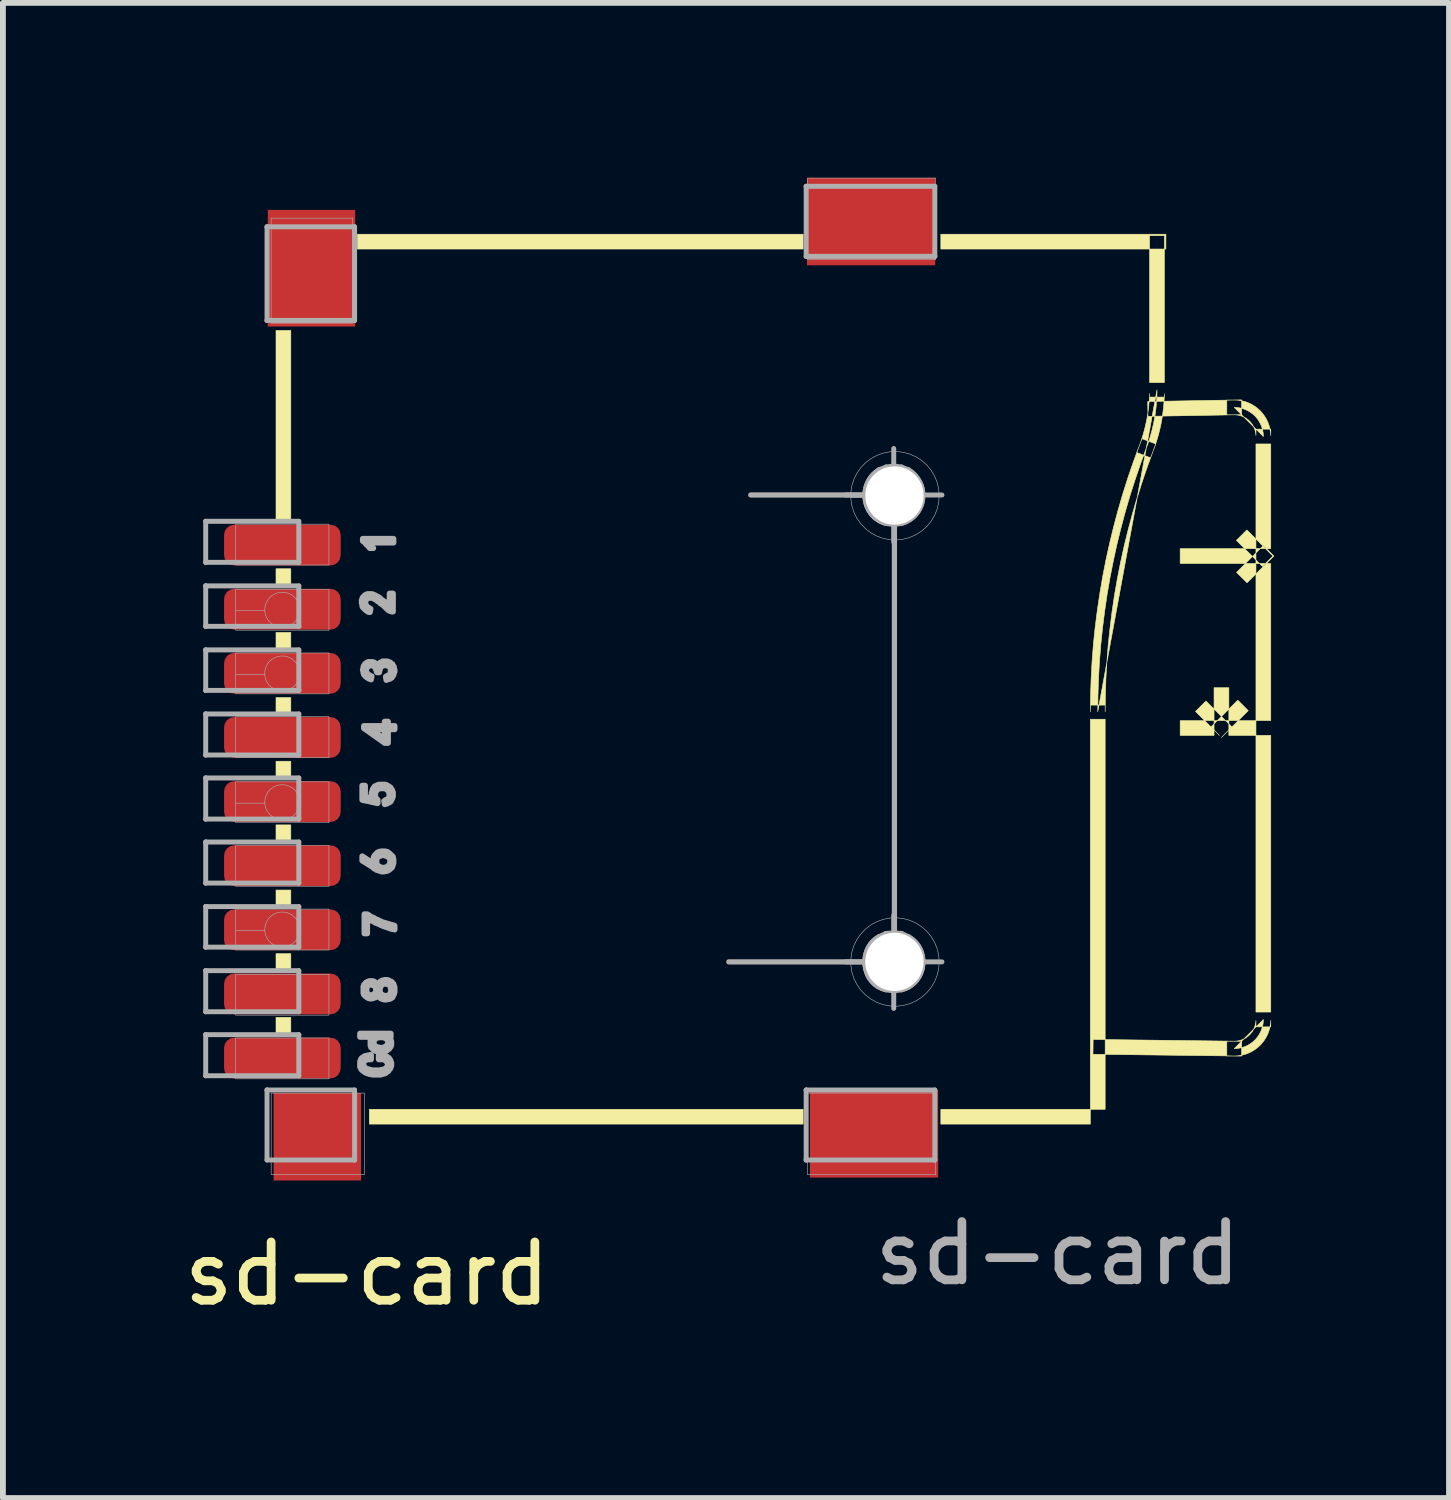
<source format=kicad_pcb>
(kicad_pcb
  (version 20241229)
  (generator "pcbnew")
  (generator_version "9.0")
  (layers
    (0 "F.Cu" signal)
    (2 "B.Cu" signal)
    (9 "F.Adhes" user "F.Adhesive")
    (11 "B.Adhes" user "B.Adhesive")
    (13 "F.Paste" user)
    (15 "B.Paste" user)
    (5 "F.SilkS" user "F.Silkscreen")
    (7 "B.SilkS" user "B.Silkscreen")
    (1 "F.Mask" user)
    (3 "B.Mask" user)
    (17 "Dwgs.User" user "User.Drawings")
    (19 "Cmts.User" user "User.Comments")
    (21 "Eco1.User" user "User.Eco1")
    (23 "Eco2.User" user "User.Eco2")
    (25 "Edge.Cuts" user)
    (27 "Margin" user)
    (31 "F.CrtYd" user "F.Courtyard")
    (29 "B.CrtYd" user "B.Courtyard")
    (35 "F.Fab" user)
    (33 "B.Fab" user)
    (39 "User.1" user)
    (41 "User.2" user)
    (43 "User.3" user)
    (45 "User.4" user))
  (footprint "sd-card"
    (layer "F.Cu")
    (at 0.744 17.801)
    (property "Reference" "sd-card" (at 2.5 1 0) (unlocked yes) (layer "F.SilkS") (effects (font (size 1 1) (thickness 0.15))))
    (attr smd)
    (fp_poly (pts (xy 14.911 -8.642) (xy 14.911 -8.755) (xy 14.913 -8.755)) (stroke (width 0.01) (type solid)) (fill yes) (layer "F.SilkS"))
    (fp_poly (pts (xy 15.038 -8.64) (xy 15.04 -8.755) (xy 15.06 -8.755)) (stroke (width 0.01) (type solid)) (fill yes) (layer "F.SilkS"))
    (fp_poly (pts (xy 15.847 -13.034) (xy 15.827 -13.042) (xy 15.87 -13.161)) (stroke (width 0.01) (type solid)) (fill yes) (layer "F.SilkS"))
    (fp_poly (pts (xy 17.033 -8.328) (xy 16.98 -8.38) (xy 17.033 -8.433)) (stroke (width 0.01) (type solid)) (fill yes) (layer "F.SilkS"))
    (fp_poly (pts (xy 17.23 -8.489) (xy 17.089 -8.489) (xy 17.16 -8.56)) (stroke (width 0.01) (type solid)) (fill yes) (layer "F.SilkS"))
    (fp_poly (pts (xy 17.339 -8.38) (xy 17.287 -8.328) (xy 17.287 -8.433)) (stroke (width 0.01) (type solid)) (fill yes) (layer "F.SilkS"))
    (fp_poly (pts (xy 17.752 -11.245) (xy 17.692 -11.305) (xy 17.752 -11.365)) (stroke (width 0.01) (type solid)) (fill yes) (layer "F.SilkS"))
    (fp_poly (pts (xy 17.864 -11.133) (xy 17.812 -11.185) (xy 17.917 -11.185)) (stroke (width 0.01) (type solid)) (fill yes) (layer "F.SilkS"))
    (fp_poly (pts (xy 17.917 -11.439) (xy 17.826 -11.439) (xy 17.872 -11.484)) (stroke (width 0.01) (type solid)) (fill yes) (layer "F.SilkS"))
    (fp_poly (pts (xy 1.195 -11.93) (xy 0.941 -11.93) (xy 0.941 -15.183) (xy 1.195 -15.183)) (stroke (width 0.01) (type solid)) (fill yes) (layer "F.SilkS"))
    (fp_poly (pts (xy 1.195 -10.787) (xy 0.941 -10.787) (xy 0.941 -11.094) (xy 1.195 -11.094)) (stroke (width 0.01) (type solid)) (fill yes) (layer "F.SilkS"))
    (fp_poly (pts (xy 1.195 -9.694) (xy 0.941 -9.694) (xy 0.941 -10.002) (xy 1.195 -10.002)) (stroke (width 0.01) (type solid)) (fill yes) (layer "F.SilkS"))
    (fp_poly (pts (xy 1.195 -8.627) (xy 0.941 -8.627) (xy 0.941 -8.884) (xy 1.195 -8.884)) (stroke (width 0.01) (type solid)) (fill yes) (layer "F.SilkS"))
    (fp_poly (pts (xy 1.195 -7.485) (xy 0.941 -7.485) (xy 0.941 -7.792) (xy 1.195 -7.792)) (stroke (width 0.01) (type solid)) (fill yes) (layer "F.SilkS"))
    (fp_poly (pts (xy 1.195 -6.443) (xy 0.941 -6.443) (xy 0.941 -6.7) (xy 1.195 -6.7)) (stroke (width 0.01) (type solid)) (fill yes) (layer "F.SilkS"))
    (fp_poly (pts (xy 1.195 -5.325) (xy 0.941 -5.325) (xy 0.941 -5.582) (xy 1.195 -5.582)) (stroke (width 0.01) (type solid)) (fill yes) (layer "F.SilkS"))
    (fp_poly (pts (xy 1.195 -4.233) (xy 0.941 -4.233) (xy 0.941 -4.49) (xy 1.195 -4.49)) (stroke (width 0.01) (type solid)) (fill yes) (layer "F.SilkS"))
    (fp_poly (pts (xy 1.195 -3.091) (xy 0.941 -3.091) (xy 0.941 -3.398) (xy 1.195 -3.398)) (stroke (width 0.01) (type solid)) (fill yes) (layer "F.SilkS"))
    (fp_poly (pts (xy 9.984 -16.579) (xy 2.338 -16.579) (xy 2.338 -16.833) (xy 9.984 -16.833)) (stroke (width 0.01) (type solid)) (fill yes) (layer "F.SilkS"))
    (fp_poly (pts (xy 9.984 -1.567) (xy 2.542 -1.567) (xy 2.542 -1.821) (xy 9.984 -1.821)) (stroke (width 0.01) (type solid)) (fill yes) (layer "F.SilkS"))
    (fp_poly (pts (xy 14.911 -8.513) (xy 14.911 -8.513) (xy 14.911 -8.64) (xy 14.911 -8.642)) (stroke (width 0.01) (type solid)) (fill yes) (layer "F.SilkS"))
    (fp_poly (pts (xy 14.911 -1.567) (xy 12.346 -1.567) (xy 12.346 -1.821) (xy 14.911 -1.821)) (stroke (width 0.01) (type solid)) (fill yes) (layer "F.SilkS"))
    (fp_poly (pts (xy 15.913 -13.281) (xy 15.892 -13.222) (xy 15.87 -13.161) (xy 15.894 -13.288)) (stroke (width 0.01) (type solid)) (fill yes) (layer "F.SilkS"))
    (fp_poly (pts (xy 17.07 -8.47) (xy 17.033 -8.433) (xy 17.033 -8.489) (xy 17.089 -8.489)) (stroke (width 0.01) (type solid)) (fill yes) (layer "F.SilkS"))
    (fp_poly (pts (xy 17.287 -8.433) (xy 17.25 -8.47) (xy 17.23 -8.489) (xy 17.287 -8.489)) (stroke (width 0.01) (type solid)) (fill yes) (layer "F.SilkS"))
    (fp_poly (pts (xy 17.378 -13.989) (xy 17.377 -13.989) (xy 17.252 -13.987) (xy 17.252 -13.989)) (stroke (width 0.01) (type solid)) (fill yes) (layer "F.SilkS"))
    (fp_poly (pts (xy 17.775 -11.222) (xy 17.812 -11.185) (xy 17.752 -11.185) (xy 17.752 -11.245)) (stroke (width 0.01) (type solid)) (fill yes) (layer "F.SilkS"))
    (fp_poly (pts (xy 17.789 -11.402) (xy 17.752 -11.365) (xy 17.752 -11.439) (xy 17.826 -11.439)) (stroke (width 0.01) (type solid)) (fill yes) (layer "F.SilkS"))
    (fp_poly (pts (xy 18.006 -11.35) (xy 18.006 -11.274) (xy 18.006 -11.274) (xy 18.006 -11.35)) (stroke (width 0.01) (type solid)) (fill yes) (layer "F.SilkS"))
    (fp_poly (pts (xy 17.033 -8.328) (xy 17.033 -8.235) (xy 16.452 -8.235) (xy 16.452 -8.489) (xy 16.871 -8.489)) (stroke (width 0.01) (type solid)) (fill yes) (layer "F.SilkS"))
    (fp_poly (pts (xy 17.287 -8.687) (xy 17.16 -8.56) (xy 17.033 -8.687) (xy 17.033 -9.054) (xy 17.287 -9.054)) (stroke (width 0.01) (type solid)) (fill yes) (layer "F.SilkS"))
    (fp_poly (pts (xy 17.377 -2.735) (xy 17.38 -2.735) (xy 17.379 -2.735) (xy 17.252 -2.735) (xy 17.252 -2.737)) (stroke (width 0.01) (type solid)) (fill yes) (layer "F.SilkS"))
    (fp_poly (pts (xy 17.692 -11.305) (xy 17.572 -11.185) (xy 16.452 -11.185) (xy 16.452 -11.439) (xy 17.558 -11.439)) (stroke (width 0.01) (type solid)) (fill yes) (layer "F.SilkS"))
    (fp_poly (pts (xy 17.752 -8.235) (xy 17.287 -8.235) (xy 17.287 -8.328) (xy 17.449 -8.489) (xy 17.752 -8.489)) (stroke (width 0.01) (type solid)) (fill yes) (layer "F.SilkS"))
    (fp_poly (pts (xy 18.006 -11.365) (xy 18.006 -11.35) (xy 17.954 -11.402) (xy 17.917 -11.439) (xy 17.932 -11.439)) (stroke (width 0.01) (type solid)) (fill yes) (layer "F.SilkS"))
    (fp_poly (pts (xy 18.006 -11.26) (xy 17.969 -11.222) (xy 17.932 -11.185) (xy 17.917 -11.185) (xy 18.006 -11.274)) (stroke (width 0.01) (type solid)) (fill yes) (layer "F.SilkS"))
    (fp_poly (pts (xy 15.178 -9.212) (xy 15.169 -8.927) (xy 15.165 -8.642) (xy 15.165 -8.755) (xy 15.06 -8.755) (xy 15.194 -9.486)) (stroke (width 0.01) (type solid)) (fill yes) (layer "F.SilkS"))
    (fp_poly (pts (xy 18.059 -11.312) (xy 18.006 -11.26) (xy 18.006 -11.274) (xy 18.044 -11.312) (xy 18.006 -11.35) (xy 18.006 -11.365)) (stroke (width 0.01) (type solid)) (fill yes) (layer "F.SilkS"))
    (fp_poly (pts (xy 16.984 -8.735) (xy 17.033 -8.687) (xy 17.033 -8.489) (xy 16.871 -8.489) (xy 16.805 -8.556) (xy 16.715 -8.646) (xy 16.894 -8.825)) (stroke (width 0.01) (type solid)) (fill yes) (layer "F.SilkS"))
    (fp_poly (pts (xy 17.125 -8.235) (xy 17.16 -8.201) (xy 17.16 -8.201) (xy 17.125 -8.235) (xy 17.07 -8.29) (xy 17.033 -8.328) (xy 17.033 -8.328)) (stroke (width 0.01) (type solid)) (fill yes) (layer "F.SilkS"))
    (fp_poly (pts (xy 17.287 -8.328) (xy 17.25 -8.29) (xy 17.195 -8.235) (xy 17.16 -8.201) (xy 17.16 -8.201) (xy 17.194 -8.235) (xy 17.287 -8.328)) (stroke (width 0.01) (type solid)) (fill yes) (layer "F.SilkS"))
    (fp_poly (pts (xy 17.62 -8.66) (xy 17.53 -8.57) (xy 17.449 -8.489) (xy 17.287 -8.489) (xy 17.287 -8.687) (xy 17.35 -8.75) (xy 17.44 -8.84)) (stroke (width 0.01) (type solid)) (fill yes) (layer "F.SilkS"))
    (fp_poly (pts (xy 17.685 -11.671) (xy 17.752 -11.604) (xy 17.752 -11.439) (xy 17.558 -11.439) (xy 17.506 -11.491) (xy 17.416 -11.581) (xy 17.596 -11.76)) (stroke (width 0.01) (type solid)) (fill yes) (layer "F.SilkS"))
    (fp_poly (pts (xy 17.752 -11.006) (xy 17.689 -10.942) (xy 17.599 -10.853) (xy 17.419 -11.032) (xy 17.509 -11.122) (xy 17.572 -11.185) (xy 17.752 -11.185)) (stroke (width 0.01) (type solid)) (fill yes) (layer "F.SilkS"))
    (fp_poly (pts (xy 16.207 -16.579) (xy 16.181 -16.579) (xy 16.181 -16.807) (xy 15.927 -16.807) (xy 15.927 -16.579) (xy 12.346 -16.579) (xy 12.346 -16.833) (xy 16.207 -16.833)) (stroke (width 0.01) (type solid)) (fill yes) (layer "F.SilkS"))
    (fp_poly (pts (xy 17.404 -13.862) (xy 17.428 -13.86) (xy 17.453 -13.857) (xy 17.477 -13.853) (xy 17.501 -13.847) (xy 17.506 -13.846) (xy 17.508 -13.738) (xy 17.504 -13.737) (xy 17.379 -13.862)) (stroke (width 0.01) (type solid)) (fill yes) (layer "F.SilkS"))
    (fp_poly (pts (xy 17.508 -2.988) (xy 17.506 -2.879) (xy 17.501 -2.877) (xy 17.477 -2.872) (xy 17.453 -2.868) (xy 17.428 -2.865) (xy 17.404 -2.863) (xy 17.379 -2.862) (xy 17.504 -2.988)) (stroke (width 0.01) (type solid)) (fill yes) (layer "F.SilkS"))
    (fp_poly (pts (xy 17.863 -13.489) (xy 17.864 -13.484) (xy 17.869 -13.46) (xy 17.874 -13.436) (xy 17.877 -13.412) (xy 17.878 -13.387) (xy 17.879 -13.362) (xy 17.752 -13.489) (xy 17.752 -13.489)) (stroke (width 0.01) (type solid)) (fill yes) (layer "F.SilkS"))
    (fp_poly (pts (xy 17.878 -3.337) (xy 17.877 -3.313) (xy 17.874 -3.288) (xy 17.869 -3.264) (xy 17.864 -3.24) (xy 17.862 -3.235) (xy 17.752 -3.235) (xy 17.752 -3.235) (xy 17.879 -3.362)) (stroke (width 0.01) (type solid)) (fill yes) (layer "F.SilkS"))
    (fp_poly (pts (xy 16.034 -13.235) (xy 15.989 -13.116) (xy 15.89 -12.848) (xy 15.798 -12.577) (xy 15.715 -12.316) (xy 15.847 -13.034) (xy 15.944 -12.998) (xy 15.989 -13.116) (xy 16.012 -13.179) (xy 16.032 -13.236)) (stroke (width 0.01) (type solid)) (fill yes) (layer "F.SilkS"))
    (fp_poly (pts (xy 17.252 -13.735) (xy 17.379 -13.735) (xy 17.38 -13.735) (xy 16.147 -13.713) (xy 16.154 -13.762) (xy 16.162 -13.828) (xy 16.169 -13.895) (xy 16.175 -13.961) (xy 16.175 -13.968) (xy 17.252 -13.987)) (stroke (width 0.01) (type solid)) (fill yes) (layer "F.SilkS"))
    (fp_poly (pts (xy 17.504 -2.734) (xy 17.38 -2.735) (xy 17.394 -2.735) (xy 17.41 -2.736) (xy 17.425 -2.737) (xy 17.441 -2.738) (xy 17.456 -2.74) (xy 17.471 -2.742) (xy 17.486 -2.744) (xy 17.501 -2.747) (xy 17.505 -2.748)) (stroke (width 0.01) (type solid)) (fill yes) (layer "F.SilkS"))
    (fp_poly (pts (xy 17.504 -13.977) (xy 17.501 -13.977) (xy 17.486 -13.98) (xy 17.471 -13.982) (xy 17.456 -13.985) (xy 17.441 -13.986) (xy 17.425 -13.988) (xy 17.41 -13.988) (xy 17.394 -13.989) (xy 17.379 -13.989) (xy 17.378 -13.989) (xy 17.504 -13.991)) (stroke (width 0.01) (type solid)) (fill yes) (layer "F.SilkS"))
    (fp_poly (pts (xy 15.194 -9.486) (xy 15.195 -9.498) (xy 15.217 -9.783) (xy 15.247 -10.067) (xy 15.282 -10.351) (xy 15.324 -10.634) (xy 15.373 -10.916) (xy 15.428 -11.197) (xy 15.489 -11.476) (xy 15.557 -11.754) (xy 15.631 -12.03) (xy 15.711 -12.305) (xy 15.715 -12.316)) (stroke (width 0.01) (type solid)) (fill yes) (layer "F.SilkS"))
    (fp_poly (pts (xy 16.144 -13.696) (xy 16.133 -13.63) (xy 16.12 -13.564) (xy 16.106 -13.499) (xy 16.09 -13.434) (xy 16.073 -13.37) (xy 16.054 -13.306) (xy 16.034 -13.242) (xy 16.032 -13.236) (xy 15.913 -13.281) (xy 15.913 -13.282) (xy 15.933 -13.343) (xy 15.95 -13.404) (xy 15.967 -13.466) (xy 15.982 -13.528) (xy 15.996 -13.59) (xy 16.008 -13.653) (xy 16.018 -13.711) (xy 16.026 -13.711) (xy 16.147 -13.713)) (stroke (width 0.01) (type solid)) (fill yes) (layer "F.SilkS"))
    (fp_poly (pts (xy 17.504 -2.988) (xy 17.381 -2.989) (xy 17.388 -2.989) (xy 17.397 -2.99) (xy 17.406 -2.99) (xy 17.416 -2.991) (xy 17.425 -2.992) (xy 17.434 -2.993) (xy 17.443 -2.995) (xy 17.452 -2.996) (xy 17.461 -2.998) (xy 17.47 -3) (xy 17.478 -3.003) (xy 17.487 -3.005) (xy 17.496 -3.008) (xy 17.505 -3.011) (xy 17.513 -3.014) (xy 17.522 -3.018) (xy 17.53 -3.021) (xy 17.539 -3.025) (xy 17.545 -3.028)) (stroke (width 0.01) (type solid)) (fill yes) (layer "F.SilkS"))
    (fp_poly (pts (xy 18.006 -13.489) (xy 18.006 -13.362) (xy 18.006 -11.365) (xy 18.006 -11.365) (xy 18.006 -11.439) (xy 17.932 -11.439) (xy 17.879 -11.492) (xy 17.872 -11.484) (xy 17.752 -11.604) (xy 17.752 -13.235) (xy 18.006 -13.235) (xy 18.006 -13.362) (xy 18.006 -13.378) (xy 18.005 -13.393) (xy 18.004 -13.408) (xy 18.003 -13.424) (xy 18.001 -13.439) (xy 17.999 -13.454) (xy 17.997 -13.469) (xy 17.994 -13.485) (xy 17.993 -13.489)) (stroke (width 0.01) (type solid)) (fill yes) (layer "F.SilkS"))
    (fp_poly (pts (xy 15.165 -3.017) (xy 17.381 -2.989) (xy 17.381 -2.989) (xy 17.379 -2.989) (xy 17.252 -2.989) (xy 17.252 -2.737) (xy 15.165 -2.763) (xy 15.165 -1.821) (xy 14.911 -1.821) (xy 14.911 -2.765) (xy 14.956 -2.765) (xy 15.083 -2.764) (xy 15.165 -2.763) (xy 15.165 -3.017) (xy 15.086 -3.018) (xy 14.959 -3.019) (xy 14.956 -2.765) (xy 14.911 -2.765) (xy 14.911 -8.513) (xy 15.165 -8.513) (xy 15.165 -8.64) (xy 15.165 -8.642)) (stroke (width 0.01) (type solid)) (fill yes) (layer "F.SilkS"))
    (fp_poly (pts (xy 17.545 -13.696) (xy 17.539 -13.699) (xy 17.53 -13.703) (xy 17.522 -13.707) (xy 17.513 -13.71) (xy 17.505 -13.713) (xy 17.496 -13.716) (xy 17.487 -13.719) (xy 17.478 -13.722) (xy 17.47 -13.724) (xy 17.461 -13.726) (xy 17.452 -13.728) (xy 17.443 -13.73) (xy 17.434 -13.731) (xy 17.425 -13.732) (xy 17.416 -13.733) (xy 17.406 -13.734) (xy 17.397 -13.735) (xy 17.388 -13.735) (xy 17.38 -13.735) (xy 17.381 -13.735) (xy 17.504 -13.737)) (stroke (width 0.01) (type solid)) (fill yes) (layer "F.SilkS"))
    (fp_poly (pts (xy 17.752 -11.006) (xy 17.932 -11.185) (xy 18.006 -11.185) (xy 18.006 -11.26) (xy 18.006 -11.26) (xy 18.006 -3.362) (xy 18.006 -3.235) (xy 17.993 -3.235) (xy 17.994 -3.24) (xy 17.997 -3.255) (xy 17.999 -3.27) (xy 18.001 -3.285) (xy 18.003 -3.301) (xy 18.004 -3.316) (xy 18.005 -3.331) (xy 18.006 -3.347) (xy 18.006 -3.362) (xy 18.006 -3.489) (xy 17.752 -3.489) (xy 17.752 -8.235) (xy 18.006 -8.235) (xy 18.006 -8.489) (xy 17.752 -8.489)) (stroke (width 0.01) (type solid)) (fill yes) (layer "F.SilkS"))
    (fp_poly (pts (xy 17.752 -3.362) (xy 17.752 -3.235) (xy 17.713 -3.196) (xy 17.716 -3.203) (xy 17.72 -3.211) (xy 17.724 -3.22) (xy 17.727 -3.228) (xy 17.73 -3.237) (xy 17.733 -3.245) (xy 17.736 -3.254) (xy 17.738 -3.263) (xy 17.741 -3.272) (xy 17.743 -3.281) (xy 17.745 -3.289) (xy 17.747 -3.298) (xy 17.748 -3.307) (xy 17.749 -3.317) (xy 17.75 -3.326) (xy 17.751 -3.335) (xy 17.752 -3.344) (xy 17.752 -3.353) (xy 17.752 -3.362) (xy 17.752 -3.489) (xy 17.752 -3.489)) (stroke (width 0.01) (type solid)) (fill yes) (layer "F.SilkS"))
    (fp_poly (pts (xy 17.752 -13.489) (xy 17.752 -13.362) (xy 17.752 -13.235) (xy 17.752 -13.235) (xy 17.752 -13.362) (xy 17.752 -13.371) (xy 17.752 -13.381) (xy 17.751 -13.39) (xy 17.75 -13.399) (xy 17.749 -13.408) (xy 17.748 -13.417) (xy 17.747 -13.426) (xy 17.745 -13.435) (xy 17.743 -13.444) (xy 17.741 -13.453) (xy 17.738 -13.462) (xy 17.736 -13.47) (xy 17.733 -13.479) (xy 17.73 -13.488) (xy 17.727 -13.496) (xy 17.724 -13.505) (xy 17.72 -13.513) (xy 17.716 -13.522) (xy 17.713 -13.528)) (stroke (width 0.01) (type solid)) (fill yes) (layer "F.SilkS"))
    (fp_poly (pts (xy 17.547 -13.695) (xy 17.555 -13.691) (xy 17.563 -13.687) (xy 17.571 -13.682) (xy 17.579 -13.677) (xy 17.586 -13.672) (xy 17.594 -13.667) (xy 17.601 -13.662) (xy 17.608 -13.656) (xy 17.616 -13.651) (xy 17.623 -13.645) (xy 17.629 -13.639) (xy 17.636 -13.632) (xy 17.643 -13.626) (xy 17.649 -13.619) (xy 17.655 -13.613) (xy 17.661 -13.606) (xy 17.667 -13.599) (xy 17.673 -13.592) (xy 17.679 -13.584) (xy 17.684 -13.577) (xy 17.689 -13.569) (xy 17.694 -13.562) (xy 17.699 -13.554) (xy 17.704 -13.546) (xy 17.708 -13.538) (xy 17.712 -13.53) (xy 17.713 -13.528) (xy 17.545 -13.696)) (stroke (width 0.01) (type solid)) (fill yes) (layer "F.SilkS"))
    (fp_poly (pts (xy 17.712 -3.194) (xy 17.708 -3.186) (xy 17.704 -3.178) (xy 17.699 -3.17) (xy 17.694 -3.163) (xy 17.689 -3.155) (xy 17.684 -3.147) (xy 17.679 -3.14) (xy 17.673 -3.133) (xy 17.667 -3.126) (xy 17.661 -3.119) (xy 17.655 -3.112) (xy 17.649 -3.105) (xy 17.643 -3.098) (xy 17.636 -3.092) (xy 17.629 -3.086) (xy 17.623 -3.08) (xy 17.616 -3.074) (xy 17.608 -3.068) (xy 17.601 -3.063) (xy 17.594 -3.057) (xy 17.586 -3.052) (xy 17.579 -3.047) (xy 17.571 -3.042) (xy 17.563 -3.038) (xy 17.555 -3.033) (xy 17.547 -3.029) (xy 17.545 -3.028) (xy 17.713 -3.196)) (stroke (width 0.01) (type solid)) (fill yes) (layer "F.SilkS"))
    (fp_poly (pts (xy 15.827 -13.042) (xy 15.77 -12.89) (xy 15.677 -12.616) (xy 15.589 -12.341) (xy 15.508 -12.063) (xy 15.434 -11.784) (xy 15.365 -11.504) (xy 15.304 -11.222) (xy 15.248 -10.939) (xy 15.199 -10.655) (xy 15.157 -10.369) (xy 15.121 -10.083) (xy 15.091 -9.796) (xy 15.068 -9.508) (xy 15.052 -9.219) (xy 15.042 -8.93) (xy 15.04 -8.755) (xy 14.913 -8.755) (xy 14.915 -8.932) (xy 14.925 -9.224) (xy 14.941 -9.515) (xy 14.964 -9.806) (xy 14.994 -10.096) (xy 15.031 -10.386) (xy 15.074 -10.674) (xy 15.123 -10.962) (xy 15.179 -11.248) (xy 15.242 -11.533) (xy 15.311 -11.817) (xy 15.386 -12.099) (xy 15.468 -12.379) (xy 15.556 -12.657) (xy 15.651 -12.933) (xy 15.708 -13.088)) (stroke (width 0.01) (type solid)) (fill yes) (layer "F.SilkS"))
    (fp_poly (pts (xy 16.181 -14.039) (xy 16.179 -14.039) (xy 16.178 -14.028) (xy 16.175 -13.968) (xy 16.047 -13.965) (xy 16.043 -13.906) (xy 16.036 -13.842) (xy 16.028 -13.779) (xy 16.019 -13.716) (xy 16.018 -13.711) (xy 15.971 -13.71) (xy 15.894 -13.288) (xy 15.797 -13.325) (xy 15.752 -13.207) (xy 15.708 -13.088) (xy 15.706 -13.088) (xy 15.752 -13.207) (xy 15.773 -13.264) (xy 15.793 -13.322) (xy 15.811 -13.38) (xy 15.828 -13.438) (xy 15.844 -13.497) (xy 15.858 -13.557) (xy 15.871 -13.616) (xy 15.883 -13.676) (xy 15.893 -13.736) (xy 15.898 -13.768) (xy 15.899 -13.709) (xy 15.971 -13.71) (xy 16.018 -13.965) (xy 16.022 -13.965) (xy 16.047 -13.965) (xy 16.048 -13.97) (xy 16.051 -14.033) (xy 16.052 -14.039) (xy 16.032 -14.039) (xy 16.018 -13.965) (xy 15.92 -13.963) (xy 15.916 -13.918) (xy 15.91 -13.857) (xy 15.902 -13.797) (xy 15.898 -13.768) (xy 15.895 -13.963) (xy 15.92 -13.963) (xy 15.921 -13.978) (xy 15.925 -14.039) (xy 15.927 -14.039) (xy 16.032 -14.039) (xy 16.054 -14.161) (xy 16.054 -14.097) (xy 16.052 -14.039) (xy 16.179 -14.039) (xy 16.181 -14.095) (xy 16.181 -14.161) (xy 16.181 -14.288) (xy 15.927 -14.288) (xy 15.927 -14.039) (xy 15.925 -14.039) (xy 15.925 -14.039) (xy 15.927 -14.1) (xy 15.927 -14.161) (xy 15.927 -14.288) (xy 15.927 -14.288) (xy 15.927 -16.579) (xy 16.181 -16.579)) (stroke (width 0.01) (type solid)) (fill yes) (layer "F.SilkS"))
    (fp_poly (pts (xy 17.516 -13.974) (xy 17.531 -13.97) (xy 17.546 -13.967) (xy 17.561 -13.962) (xy 17.576 -13.958) (xy 17.59 -13.953) (xy 17.605 -13.947) (xy 17.619 -13.942) (xy 17.633 -13.935) (xy 17.647 -13.929) (xy 17.661 -13.922) (xy 17.675 -13.915) (xy 17.688 -13.908) (xy 17.701 -13.9) (xy 17.714 -13.892) (xy 17.727 -13.884) (xy 17.74 -13.875) (xy 17.752 -13.866) (xy 17.765 -13.857) (xy 17.777 -13.847) (xy 17.788 -13.837) (xy 17.8 -13.827) (xy 17.811 -13.816) (xy 17.822 -13.806) (xy 17.833 -13.795) (xy 17.844 -13.783) (xy 17.854 -13.772) (xy 17.864 -13.76) (xy 17.873 -13.748) (xy 17.883 -13.736) (xy 17.892 -13.723) (xy 17.9 -13.711) (xy 17.909 -13.698) (xy 17.917 -13.685) (xy 17.925 -13.671) (xy 17.932 -13.658) (xy 17.939 -13.644) (xy 17.946 -13.63) (xy 17.952 -13.616) (xy 17.958 -13.602) (xy 17.964 -13.588) (xy 17.969 -13.573) (xy 17.974 -13.559) (xy 17.979 -13.544) (xy 17.983 -13.529) (xy 17.987 -13.515) (xy 17.991 -13.5) (xy 17.993 -13.489) (xy 17.863 -13.489) (xy 17.857 -13.508) (xy 17.85 -13.531) (xy 17.841 -13.554) (xy 17.831 -13.576) (xy 17.82 -13.598) (xy 17.808 -13.619) (xy 17.795 -13.64) (xy 17.781 -13.66) (xy 17.766 -13.679) (xy 17.75 -13.698) (xy 17.733 -13.716) (xy 17.715 -13.733) (xy 17.696 -13.749) (xy 17.676 -13.764) (xy 17.656 -13.778) (xy 17.636 -13.791) (xy 17.614 -13.803) (xy 17.593 -13.814) (xy 17.57 -13.824) (xy 17.548 -13.833) (xy 17.524 -13.841) (xy 17.506 -13.846) (xy 17.504 -13.977)) (stroke (width 0.01) (type solid)) (fill yes) (layer "F.SilkS"))
    (fp_poly (pts (xy 17.991 -3.225) (xy 17.987 -3.21) (xy 17.983 -3.195) (xy 17.979 -3.18) (xy 17.974 -3.166) (xy 17.969 -3.151) (xy 17.964 -3.137) (xy 17.958 -3.122) (xy 17.952 -3.108) (xy 17.946 -3.094) (xy 17.939 -3.08) (xy 17.932 -3.067) (xy 17.925 -3.053) (xy 17.917 -3.04) (xy 17.909 -3.027) (xy 17.9 -3.014) (xy 17.892 -3.001) (xy 17.883 -2.989) (xy 17.873 -2.977) (xy 17.864 -2.965) (xy 17.854 -2.953) (xy 17.844 -2.941) (xy 17.833 -2.93) (xy 17.822 -2.919) (xy 17.811 -2.908) (xy 17.8 -2.898) (xy 17.788 -2.887) (xy 17.777 -2.878) (xy 17.765 -2.868) (xy 17.752 -2.859) (xy 17.74 -2.85) (xy 17.727 -2.841) (xy 17.714 -2.833) (xy 17.701 -2.824) (xy 17.688 -2.817) (xy 17.675 -2.809) (xy 17.661 -2.802) (xy 17.647 -2.795) (xy 17.633 -2.789) (xy 17.619 -2.783) (xy 17.605 -2.777) (xy 17.59 -2.772) (xy 17.576 -2.767) (xy 17.561 -2.762) (xy 17.546 -2.758) (xy 17.531 -2.754) (xy 17.516 -2.75) (xy 17.505 -2.748) (xy 17.506 -2.879) (xy 17.524 -2.884) (xy 17.548 -2.892) (xy 17.57 -2.9) (xy 17.593 -2.91) (xy 17.614 -2.921) (xy 17.636 -2.933) (xy 17.656 -2.946) (xy 17.676 -2.96) (xy 17.696 -2.975) (xy 17.715 -2.992) (xy 17.733 -3.009) (xy 17.75 -3.027) (xy 17.766 -3.045) (xy 17.781 -3.065) (xy 17.795 -3.085) (xy 17.808 -3.106) (xy 17.82 -3.127) (xy 17.831 -3.149) (xy 17.841 -3.171) (xy 17.85 -3.194) (xy 17.857 -3.217) (xy 17.862 -3.235) (xy 17.993 -3.235)) (stroke (width 0.01) (type solid)) (fill yes) (layer "F.SilkS"))
    (fp_line (start -0.265 -11.908) (end -0.265 -11.908) (stroke (width 0.085) (type solid)) (layer "F.Fab"))
    (fp_line (start -0.265 -11.908) (end -0.265 -11.204) (stroke (width 0.085) (type solid)) (layer "F.Fab"))
    (fp_line (start -0.265 -11.204) (end -0.265 -11.204) (stroke (width 0.085) (type solid)) (layer "F.Fab"))
    (fp_line (start -0.265 -11.204) (end 1.332 -11.204) (stroke (width 0.085) (type solid)) (layer "F.Fab"))
    (fp_line (start -0.265 -10.8) (end -0.265 -10.8) (stroke (width 0.085) (type solid)) (layer "F.Fab"))
    (fp_line (start -0.265 -10.8) (end -0.265 -10.106) (stroke (width 0.085) (type solid)) (layer "F.Fab"))
    (fp_line (start -0.265 -10.106) (end -0.265 -10.106) (stroke (width 0.085) (type solid)) (layer "F.Fab"))
    (fp_line (start -0.265 -10.106) (end 1.332 -10.106) (stroke (width 0.085) (type solid)) (layer "F.Fab"))
    (fp_line (start -0.265 -9.702) (end -0.265 -9.702) (stroke (width 0.085) (type solid)) (layer "F.Fab"))
    (fp_line (start -0.265 -9.702) (end -0.265 -9.007) (stroke (width 0.085) (type solid)) (layer "F.Fab"))
    (fp_line (start -0.265 -9.007) (end -0.265 -9.007) (stroke (width 0.085) (type solid)) (layer "F.Fab"))
    (fp_line (start -0.265 -9.007) (end 1.332 -9.007) (stroke (width 0.085) (type solid)) (layer "F.Fab"))
    (fp_line (start -0.265 -8.603) (end -0.265 -8.603) (stroke (width 0.085) (type solid)) (layer "F.Fab"))
    (fp_line (start -0.265 -8.603) (end -0.265 -7.899) (stroke (width 0.085) (type solid)) (layer "F.Fab"))
    (fp_line (start -0.265 -7.899) (end -0.265 -7.899) (stroke (width 0.085) (type solid)) (layer "F.Fab"))
    (fp_line (start -0.265 -7.899) (end 1.332 -7.899) (stroke (width 0.085) (type solid)) (layer "F.Fab"))
    (fp_line (start -0.265 -7.505) (end -0.265 -7.505) (stroke (width 0.085) (type solid)) (layer "F.Fab"))
    (fp_line (start -0.265 -7.505) (end -0.265 -6.8) (stroke (width 0.085) (type solid)) (layer "F.Fab"))
    (fp_line (start -0.265 -6.8) (end -0.265 -6.8) (stroke (width 0.085) (type solid)) (layer "F.Fab"))
    (fp_line (start -0.265 -6.8) (end 1.332 -6.8) (stroke (width 0.085) (type solid)) (layer "F.Fab"))
    (fp_line (start -0.265 -6.406) (end -0.265 -6.406) (stroke (width 0.085) (type solid)) (layer "F.Fab"))
    (fp_line (start -0.265 -6.406) (end -0.265 -5.702) (stroke (width 0.085) (type solid)) (layer "F.Fab"))
    (fp_line (start -0.265 -5.702) (end -0.265 -5.702) (stroke (width 0.085) (type solid)) (layer "F.Fab"))
    (fp_line (start -0.265 -5.702) (end 1.332 -5.702) (stroke (width 0.085) (type solid)) (layer "F.Fab"))
    (fp_line (start -0.265 -5.298) (end -0.265 -5.298) (stroke (width 0.085) (type solid)) (layer "F.Fab"))
    (fp_line (start -0.265 -5.298) (end -0.265 -4.603) (stroke (width 0.085) (type solid)) (layer "F.Fab"))
    (fp_line (start -0.265 -4.603) (end -0.265 -4.603) (stroke (width 0.085) (type solid)) (layer "F.Fab"))
    (fp_line (start -0.265 -4.603) (end 1.332 -4.603) (stroke (width 0.085) (type solid)) (layer "F.Fab"))
    (fp_line (start -0.265 -4.199) (end -0.265 -4.199) (stroke (width 0.085) (type solid)) (layer "F.Fab"))
    (fp_line (start -0.265 -4.199) (end -0.265 -3.495) (stroke (width 0.085) (type solid)) (layer "F.Fab"))
    (fp_line (start -0.265 -3.495) (end -0.265 -3.495) (stroke (width 0.085) (type solid)) (layer "F.Fab"))
    (fp_line (start -0.265 -3.495) (end 1.332 -3.495) (stroke (width 0.085) (type solid)) (layer "F.Fab"))
    (fp_line (start -0.265 -3.101) (end -0.265 -3.101) (stroke (width 0.085) (type solid)) (layer "F.Fab"))
    (fp_line (start -0.265 -3.101) (end -0.265 -2.397) (stroke (width 0.085) (type solid)) (layer "F.Fab"))
    (fp_line (start -0.265 -2.397) (end -0.265 -2.397) (stroke (width 0.085) (type solid)) (layer "F.Fab"))
    (fp_line (start -0.265 -2.397) (end 1.332 -2.397) (stroke (width 0.085) (type solid)) (layer "F.Fab"))
    (fp_line (start 0.787 -16.96) (end 0.787 -16.96) (stroke (width 0.085) (type solid)) (layer "F.Fab"))
    (fp_line (start 0.787 -16.96) (end 0.787 -15.354) (stroke (width 0.085) (type solid)) (layer "F.Fab"))
    (fp_line (start 0.787 -15.354) (end 0.787 -15.354) (stroke (width 0.085) (type solid)) (layer "F.Fab"))
    (fp_line (start 0.787 -15.354) (end 2.289 -15.354) (stroke (width 0.085) (type solid)) (layer "F.Fab"))
    (fp_line (start 0.787 -2.152) (end 0.787 -2.152) (stroke (width 0.085) (type solid)) (layer "F.Fab"))
    (fp_line (start 0.787 -2.152) (end 0.787 -0.951) (stroke (width 0.085) (type solid)) (layer "F.Fab"))
    (fp_line (start 1.332 -11.908) (end -0.265 -11.908) (stroke (width 0.085) (type solid)) (layer "F.Fab"))
    (fp_line (start 1.332 -11.204) (end 1.332 -11.908) (stroke (width 0.085) (type solid)) (layer "F.Fab"))
    (fp_line (start 1.332 -11.204) (end 1.332 -11.204) (stroke (width 0.085) (type solid)) (layer "F.Fab"))
    (fp_line (start 1.332 -10.8) (end -0.265 -10.8) (stroke (width 0.085) (type solid)) (layer "F.Fab"))
    (fp_line (start 1.332 -10.106) (end 1.332 -10.8) (stroke (width 0.085) (type solid)) (layer "F.Fab"))
    (fp_line (start 1.332 -10.106) (end 1.332 -10.106) (stroke (width 0.085) (type solid)) (layer "F.Fab"))
    (fp_line (start 1.332 -9.702) (end -0.265 -9.702) (stroke (width 0.085) (type solid)) (layer "F.Fab"))
    (fp_line (start 1.332 -9.007) (end 1.332 -9.702) (stroke (width 0.085) (type solid)) (layer "F.Fab"))
    (fp_line (start 1.332 -9.007) (end 1.332 -9.007) (stroke (width 0.085) (type solid)) (layer "F.Fab"))
    (fp_line (start 1.332 -8.603) (end -0.265 -8.603) (stroke (width 0.085) (type solid)) (layer "F.Fab"))
    (fp_line (start 1.332 -7.899) (end 1.332 -8.603) (stroke (width 0.085) (type solid)) (layer "F.Fab"))
    (fp_line (start 1.332 -7.899) (end 1.332 -7.899) (stroke (width 0.085) (type solid)) (layer "F.Fab"))
    (fp_line (start 1.332 -7.505) (end -0.265 -7.505) (stroke (width 0.085) (type solid)) (layer "F.Fab"))
    (fp_line (start 1.332 -6.8) (end 1.332 -7.505) (stroke (width 0.085) (type solid)) (layer "F.Fab"))
    (fp_line (start 1.332 -6.8) (end 1.332 -6.8) (stroke (width 0.085) (type solid)) (layer "F.Fab"))
    (fp_line (start 1.332 -6.406) (end -0.265 -6.406) (stroke (width 0.085) (type solid)) (layer "F.Fab"))
    (fp_line (start 1.332 -5.702) (end 1.332 -6.406) (stroke (width 0.085) (type solid)) (layer "F.Fab"))
    (fp_line (start 1.332 -5.702) (end 1.332 -5.702) (stroke (width 0.085) (type solid)) (layer "F.Fab"))
    (fp_line (start 1.332 -5.298) (end -0.265 -5.298) (stroke (width 0.085) (type solid)) (layer "F.Fab"))
    (fp_line (start 1.332 -4.603) (end 1.332 -5.298) (stroke (width 0.085) (type solid)) (layer "F.Fab"))
    (fp_line (start 1.332 -4.603) (end 1.332 -4.603) (stroke (width 0.085) (type solid)) (layer "F.Fab"))
    (fp_line (start 1.332 -4.199) (end -0.265 -4.199) (stroke (width 0.085) (type solid)) (layer "F.Fab"))
    (fp_line (start 1.332 -3.495) (end 1.332 -4.199) (stroke (width 0.085) (type solid)) (layer "F.Fab"))
    (fp_line (start 1.332 -3.495) (end 1.332 -3.495) (stroke (width 0.085) (type solid)) (layer "F.Fab"))
    (fp_line (start 1.332 -3.101) (end -0.265 -3.101) (stroke (width 0.085) (type solid)) (layer "F.Fab"))
    (fp_line (start 1.332 -2.397) (end 1.332 -3.101) (stroke (width 0.085) (type solid)) (layer "F.Fab"))
    (fp_line (start 1.332 -2.397) (end 1.332 -2.397) (stroke (width 0.085) (type solid)) (layer "F.Fab"))
    (fp_line (start 2.289 -16.96) (end 0.787 -16.96) (stroke (width 0.085) (type solid)) (layer "F.Fab"))
    (fp_line (start 2.289 -15.354) (end 2.289 -16.96) (stroke (width 0.085) (type solid)) (layer "F.Fab"))
    (fp_line (start 2.289 -15.354) (end 2.289 -15.354) (stroke (width 0.085) (type solid)) (layer "F.Fab"))
    (fp_line (start 2.289 -2.152) (end 0.787 -2.152) (stroke (width 0.085) (type solid)) (layer "F.Fab"))
    (fp_line (start 2.289 -2.152) (end 2.289 -0.951) (stroke (width 0.085) (type solid)) (layer "F.Fab"))
    (fp_line (start 2.289 -0.951) (end 0.787 -0.951) (stroke (width 0.085) (type solid)) (layer "F.Fab"))
    (fp_line (start 2.289 -0.951) (end 2.289 -0.951) (stroke (width 0.085) (type solid)) (layer "F.Fab"))
    (fp_line (start 8.709 -4.35) (end 11.55 -4.35) (stroke (width 0.09) (type solid)) (layer "F.Fab"))
    (fp_line (start 10.036 -17.655) (end 10.036 -17.655) (stroke (width 0.085) (type solid)) (layer "F.Fab"))
    (fp_line (start 10.036 -17.655) (end 10.036 -16.453) (stroke (width 0.085) (type solid)) (layer "F.Fab"))
    (fp_line (start 10.036 -16.453) (end 10.036 -16.453) (stroke (width 0.085) (type solid)) (layer "F.Fab"))
    (fp_line (start 10.036 -16.453) (end 12.243 -16.453) (stroke (width 0.085) (type solid)) (layer "F.Fab"))
    (fp_line (start 10.036 -2.152) (end 10.036 -2.152) (stroke (width 0.085) (type solid)) (layer "F.Fab"))
    (fp_line (start 10.036 -2.152) (end 10.036 -0.951) (stroke (width 0.085) (type solid)) (layer "F.Fab"))
    (fp_line (start 10.036 -0.951) (end 10.036 -0.951) (stroke (width 0.085) (type solid)) (layer "F.Fab"))
    (fp_line (start 10.036 -0.951) (end 12.243 -0.951) (stroke (width 0.085) (type solid)) (layer "F.Fab"))
    (fp_line (start 11.042 -4.356) (end 11.043 -4.32) (stroke (width 0.085) (type solid)) (layer "F.Fab"))
    (fp_line (start 11.043 -4.32) (end 11.046 -4.284) (stroke (width 0.085) (type solid)) (layer "F.Fab"))
    (fp_line (start 11.043 -12.355) (end 11.044 -12.319) (stroke (width 0.085) (type solid)) (layer "F.Fab"))
    (fp_line (start 11.044 -4.392) (end 11.042 -4.356) (stroke (width 0.085) (type solid)) (layer "F.Fab"))
    (fp_line (start 11.044 -12.39) (end 11.043 -12.355) (stroke (width 0.085) (type solid)) (layer "F.Fab"))
    (fp_line (start 11.044 -12.319) (end 11.048 -12.284) (stroke (width 0.085) (type solid)) (layer "F.Fab"))
    (fp_line (start 11.046 -4.284) (end 11.052 -4.249) (stroke (width 0.085) (type solid)) (layer "F.Fab"))
    (fp_line (start 11.048 -4.428) (end 11.044 -4.392) (stroke (width 0.085) (type solid)) (layer "F.Fab"))
    (fp_line (start 11.048 -12.284) (end 11.054 -12.249) (stroke (width 0.085) (type solid)) (layer "F.Fab"))
    (fp_line (start 11.048 -12.426) (end 11.044 -12.39) (stroke (width 0.085) (type solid)) (layer "F.Fab"))
    (fp_line (start 11.052 -4.249) (end 11.06 -4.214) (stroke (width 0.085) (type solid)) (layer "F.Fab"))
    (fp_line (start 11.054 -12.249) (end 11.062 -12.214) (stroke (width 0.085) (type solid)) (layer "F.Fab"))
    (fp_line (start 11.054 -4.464) (end 11.048 -4.428) (stroke (width 0.085) (type solid)) (layer "F.Fab"))
    (fp_line (start 11.054 -12.461) (end 11.048 -12.426) (stroke (width 0.085) (type solid)) (layer "F.Fab"))
    (fp_line (start 11.06 -4.214) (end 11.07 -4.179) (stroke (width 0.085) (type solid)) (layer "F.Fab"))
    (fp_line (start 11.062 -12.214) (end 11.072 -12.181) (stroke (width 0.085) (type solid)) (layer "F.Fab"))
    (fp_line (start 11.062 -12.496) (end 11.054 -12.461) (stroke (width 0.085) (type solid)) (layer "F.Fab"))
    (fp_line (start 11.063 -4.499) (end 11.054 -4.464) (stroke (width 0.085) (type solid)) (layer "F.Fab"))
    (fp_line (start 11.07 -4.179) (end 11.083 -4.146) (stroke (width 0.085) (type solid)) (layer "F.Fab"))
    (fp_line (start 11.072 -12.181) (end 11.085 -12.148) (stroke (width 0.085) (type solid)) (layer "F.Fab"))
    (fp_line (start 11.073 -12.53) (end 11.062 -12.496) (stroke (width 0.085) (type solid)) (layer "F.Fab"))
    (fp_line (start 11.074 -4.533) (end 11.063 -4.499) (stroke (width 0.085) (type solid)) (layer "F.Fab"))
    (fp_line (start 11.083 -4.146) (end 11.097 -4.113) (stroke (width 0.085) (type solid)) (layer "F.Fab"))
    (fp_line (start 11.085 -12.148) (end 11.1 -12.116) (stroke (width 0.085) (type solid)) (layer "F.Fab"))
    (fp_line (start 11.087 -12.564) (end 11.073 -12.53) (stroke (width 0.085) (type solid)) (layer "F.Fab"))
    (fp_line (start 11.087 -4.566) (end 11.074 -4.533) (stroke (width 0.085) (type solid)) (layer "F.Fab"))
    (fp_line (start 11.097 -4.113) (end 11.114 -4.082) (stroke (width 0.085) (type solid)) (layer "F.Fab"))
    (fp_line (start 11.1 -12.116) (end 11.117 -12.085) (stroke (width 0.085) (type solid)) (layer "F.Fab"))
    (fp_line (start 11.102 -12.597) (end 11.087 -12.564) (stroke (width 0.085) (type solid)) (layer "F.Fab"))
    (fp_line (start 11.103 -4.599) (end 11.087 -4.566) (stroke (width 0.085) (type solid)) (layer "F.Fab"))
    (fp_line (start 11.114 -4.082) (end 11.134 -4.052) (stroke (width 0.085) (type solid)) (layer "F.Fab"))
    (fp_line (start 11.117 -12.085) (end 11.137 -12.055) (stroke (width 0.085) (type solid)) (layer "F.Fab"))
    (fp_line (start 11.121 -12.629) (end 11.102 -12.597) (stroke (width 0.085) (type solid)) (layer "F.Fab"))
    (fp_line (start 11.122 -4.63) (end 11.103 -4.599) (stroke (width 0.085) (type solid)) (layer "F.Fab"))
    (fp_line (start 11.134 -4.052) (end 11.155 -4.023) (stroke (width 0.085) (type solid)) (layer "F.Fab"))
    (fp_line (start 11.137 -12.055) (end 11.158 -12.027) (stroke (width 0.085) (type solid)) (layer "F.Fab"))
    (fp_line (start 11.142 -12.659) (end 11.121 -12.629) (stroke (width 0.085) (type solid)) (layer "F.Fab"))
    (fp_line (start 11.143 -4.659) (end 11.122 -4.63) (stroke (width 0.085) (type solid)) (layer "F.Fab"))
    (fp_line (start 11.155 -4.023) (end 11.179 -3.997) (stroke (width 0.085) (type solid)) (layer "F.Fab"))
    (fp_line (start 11.158 -12.027) (end 11.182 -12.001) (stroke (width 0.085) (type solid)) (layer "F.Fab"))
    (fp_line (start 11.165 -12.689) (end 11.142 -12.659) (stroke (width 0.085) (type solid)) (layer "F.Fab"))
    (fp_line (start 11.166 -4.688) (end 11.143 -4.659) (stroke (width 0.085) (type solid)) (layer "F.Fab"))
    (fp_line (start 11.179 -3.997) (end 11.205 -3.972) (stroke (width 0.085) (type solid)) (layer "F.Fab"))
    (fp_line (start 11.182 -12.001) (end 11.208 -11.976) (stroke (width 0.085) (type solid)) (layer "F.Fab"))
    (fp_line (start 11.191 -12.717) (end 11.165 -12.689) (stroke (width 0.085) (type solid)) (layer "F.Fab"))
    (fp_line (start 11.192 -4.714) (end 11.166 -4.688) (stroke (width 0.085) (type solid)) (layer "F.Fab"))
    (fp_line (start 11.205 -3.972) (end 11.233 -3.949) (stroke (width 0.085) (type solid)) (layer "F.Fab"))
    (fp_line (start 11.208 -11.976) (end 11.236 -11.953) (stroke (width 0.085) (type solid)) (layer "F.Fab"))
    (fp_line (start 11.22 -12.743) (end 11.191 -12.717) (stroke (width 0.085) (type solid)) (layer "F.Fab"))
    (fp_line (start 11.22 -4.739) (end 11.192 -4.714) (stroke (width 0.085) (type solid)) (layer "F.Fab"))
    (fp_line (start 11.233 -3.949) (end 11.264 -3.928) (stroke (width 0.085) (type solid)) (layer "F.Fab"))
    (fp_line (start 11.236 -11.953) (end 11.266 -11.932) (stroke (width 0.085) (type solid)) (layer "F.Fab"))
    (fp_line (start 11.251 -12.768) (end 11.22 -12.743) (stroke (width 0.085) (type solid)) (layer "F.Fab"))
    (fp_line (start 11.251 -4.761) (end 11.22 -4.739) (stroke (width 0.085) (type solid)) (layer "F.Fab"))
    (fp_line (start 11.264 -3.928) (end 11.296 -3.91) (stroke (width 0.085) (type solid)) (layer "F.Fab"))
    (fp_line (start 11.266 -11.932) (end 11.298 -11.913) (stroke (width 0.085) (type solid)) (layer "F.Fab"))
    (fp_line (start 11.285 -12.791) (end 11.251 -12.768) (stroke (width 0.085) (type solid)) (layer "F.Fab"))
    (fp_line (start 11.285 -12.791) (end 11.285 -12.791) (stroke (width 0.085) (type solid)) (layer "F.Fab"))
    (fp_line (start 11.285 -4.782) (end 11.251 -4.761) (stroke (width 0.085) (type solid)) (layer "F.Fab"))
    (fp_line (start 11.285 -4.782) (end 11.285 -4.782) (stroke (width 0.085) (type solid)) (layer "F.Fab"))
    (fp_line (start 11.296 -3.91) (end 11.331 -3.894) (stroke (width 0.085) (type solid)) (layer "F.Fab"))
    (fp_line (start 11.298 -11.913) (end 11.332 -11.896) (stroke (width 0.085) (type solid)) (layer "F.Fab"))
    (fp_line (start 11.331 -3.894) (end 11.368 -3.881) (stroke (width 0.085) (type solid)) (layer "F.Fab"))
    (fp_line (start 11.332 -11.896) (end 11.369 -11.882) (stroke (width 0.085) (type solid)) (layer "F.Fab"))
    (fp_line (start 11.368 -3.881) (end 11.407 -3.871) (stroke (width 0.085) (type solid)) (layer "F.Fab"))
    (fp_line (start 11.369 -11.882) (end 11.407 -11.871) (stroke (width 0.085) (type solid)) (layer "F.Fab"))
    (fp_line (start 11.407 -12.838) (end 11.285 -12.791) (stroke (width 0.085) (type solid)) (layer "F.Fab"))
    (fp_line (start 11.407 -12.838) (end 11.407 -12.838) (stroke (width 0.085) (type solid)) (layer "F.Fab"))
    (fp_line (start 11.407 -11.871) (end 11.407 -11.871) (stroke (width 0.085) (type solid)) (layer "F.Fab"))
    (fp_line (start 11.407 -11.871) (end 11.538 -11.852) (stroke (width 0.085) (type solid)) (layer "F.Fab"))
    (fp_line (start 11.407 -4.838) (end 11.285 -4.782) (stroke (width 0.085) (type solid)) (layer "F.Fab"))
    (fp_line (start 11.407 -4.838) (end 11.407 -4.838) (stroke (width 0.085) (type solid)) (layer "F.Fab"))
    (fp_line (start 11.407 -3.871) (end 11.407 -3.871) (stroke (width 0.085) (type solid)) (layer "F.Fab"))
    (fp_line (start 11.407 -3.871) (end 11.538 -3.852) (stroke (width 0.085) (type solid)) (layer "F.Fab"))
    (fp_line (start 11.538 -12.857) (end 11.407 -12.838) (stroke (width 0.085) (type solid)) (layer "F.Fab"))
    (fp_line (start 11.538 -11.852) (end 11.538 -11.852) (stroke (width 0.085) (type solid)) (layer "F.Fab"))
    (fp_line (start 11.538 -11.852) (end 11.67 -11.871) (stroke (width 0.085) (type solid)) (layer "F.Fab"))
    (fp_line (start 11.538 -11.552) (end 11.538 -13.157) (stroke (width 0.085) (type solid)) (layer "F.Fab"))
    (fp_line (start 11.538 -4.847) (end 11.407 -4.838) (stroke (width 0.085) (type solid)) (layer "F.Fab"))
    (fp_line (start 11.538 -3.852) (end 11.538 -3.852) (stroke (width 0.085) (type solid)) (layer "F.Fab"))
    (fp_line (start 11.538 -3.852) (end 11.67 -3.871) (stroke (width 0.085) (type solid)) (layer "F.Fab"))
    (fp_line (start 11.538 -3.552) (end 11.538 -5.148) (stroke (width 0.085) (type solid)) (layer "F.Fab"))
    (fp_line (start 11.55 -12.36) (end 9.085 -12.36) (stroke (width 0.09) (type solid)) (layer "F.Fab"))
    (fp_line (start 11.55 -12.36) (end 11.55 -12.36) (stroke (width 0.09) (type solid)) (layer "F.Fab"))
    (fp_line (start 11.55 -4.35) (end 11.55 -12.36) (stroke (width 0.09) (type solid)) (layer "F.Fab"))
    (fp_line (start 11.55 -4.35) (end 11.55 -4.35) (stroke (width 0.09) (type solid)) (layer "F.Fab"))
    (fp_line (start 11.67 -12.838) (end 11.538 -12.857) (stroke (width 0.085) (type solid)) (layer "F.Fab"))
    (fp_line (start 11.67 -12.838) (end 11.67 -12.838) (stroke (width 0.085) (type solid)) (layer "F.Fab"))
    (fp_line (start 11.67 -11.871) (end 11.67 -11.871) (stroke (width 0.085) (type solid)) (layer "F.Fab"))
    (fp_line (start 11.67 -11.871) (end 11.708 -11.883) (stroke (width 0.085) (type solid)) (layer "F.Fab"))
    (fp_line (start 11.67 -4.838) (end 11.538 -4.847) (stroke (width 0.085) (type solid)) (layer "F.Fab"))
    (fp_line (start 11.67 -4.838) (end 11.67 -4.838) (stroke (width 0.085) (type solid)) (layer "F.Fab"))
    (fp_line (start 11.67 -3.871) (end 11.67 -3.871) (stroke (width 0.085) (type solid)) (layer "F.Fab"))
    (fp_line (start 11.67 -3.871) (end 11.709 -3.882) (stroke (width 0.085) (type solid)) (layer "F.Fab"))
    (fp_line (start 11.708 -11.883) (end 11.745 -11.898) (stroke (width 0.085) (type solid)) (layer "F.Fab"))
    (fp_line (start 11.709 -3.882) (end 11.746 -3.896) (stroke (width 0.085) (type solid)) (layer "F.Fab"))
    (fp_line (start 11.745 -11.898) (end 11.779 -11.915) (stroke (width 0.085) (type solid)) (layer "F.Fab"))
    (fp_line (start 11.746 -3.896) (end 11.782 -3.912) (stroke (width 0.085) (type solid)) (layer "F.Fab"))
    (fp_line (start 11.779 -11.915) (end 11.812 -11.934) (stroke (width 0.085) (type solid)) (layer "F.Fab"))
    (fp_line (start 11.782 -3.912) (end 11.815 -3.931) (stroke (width 0.085) (type solid)) (layer "F.Fab"))
    (fp_line (start 11.792 -12.791) (end 11.67 -12.838) (stroke (width 0.085) (type solid)) (layer "F.Fab"))
    (fp_line (start 11.792 -12.791) (end 11.792 -12.791) (stroke (width 0.085) (type solid)) (layer "F.Fab"))
    (fp_line (start 11.792 -4.782) (end 11.67 -4.838) (stroke (width 0.085) (type solid)) (layer "F.Fab"))
    (fp_line (start 11.792 -4.782) (end 11.792 -4.782) (stroke (width 0.085) (type solid)) (layer "F.Fab"))
    (fp_line (start 11.812 -11.934) (end 11.842 -11.955) (stroke (width 0.085) (type solid)) (layer "F.Fab"))
    (fp_line (start 11.815 -3.931) (end 11.845 -3.952) (stroke (width 0.085) (type solid)) (layer "F.Fab"))
    (fp_line (start 11.826 -4.76) (end 11.792 -4.782) (stroke (width 0.085) (type solid)) (layer "F.Fab"))
    (fp_line (start 11.827 -12.767) (end 11.792 -12.791) (stroke (width 0.085) (type solid)) (layer "F.Fab"))
    (fp_line (start 11.842 -11.955) (end 11.87 -11.978) (stroke (width 0.085) (type solid)) (layer "F.Fab"))
    (fp_line (start 11.845 -3.952) (end 11.874 -3.975) (stroke (width 0.085) (type solid)) (layer "F.Fab"))
    (fp_line (start 11.858 -4.737) (end 11.826 -4.76) (stroke (width 0.085) (type solid)) (layer "F.Fab"))
    (fp_line (start 11.859 -12.741) (end 11.827 -12.767) (stroke (width 0.085) (type solid)) (layer "F.Fab"))
    (fp_line (start 11.87 -11.978) (end 11.897 -12.003) (stroke (width 0.085) (type solid)) (layer "F.Fab"))
    (fp_line (start 11.874 -3.975) (end 11.9 -4) (stroke (width 0.085) (type solid)) (layer "F.Fab"))
    (fp_line (start 11.887 -4.712) (end 11.858 -4.737) (stroke (width 0.085) (type solid)) (layer "F.Fab"))
    (fp_line (start 11.888 -12.714) (end 11.859 -12.741) (stroke (width 0.085) (type solid)) (layer "F.Fab"))
    (fp_line (start 11.897 -12.003) (end 11.921 -12.029) (stroke (width 0.085) (type solid)) (layer "F.Fab"))
    (fp_line (start 11.9 -4) (end 11.925 -4.026) (stroke (width 0.085) (type solid)) (layer "F.Fab"))
    (fp_line (start 11.914 -4.685) (end 11.887 -4.712) (stroke (width 0.085) (type solid)) (layer "F.Fab"))
    (fp_line (start 11.915 -12.685) (end 11.888 -12.714) (stroke (width 0.085) (type solid)) (layer "F.Fab"))
    (fp_line (start 11.921 -12.029) (end 11.943 -12.057) (stroke (width 0.085) (type solid)) (layer "F.Fab"))
    (fp_line (start 11.925 -4.026) (end 11.946 -4.055) (stroke (width 0.085) (type solid)) (layer "F.Fab"))
    (fp_line (start 11.937 -4.657) (end 11.914 -4.685) (stroke (width 0.085) (type solid)) (layer "F.Fab"))
    (fp_line (start 11.939 -12.655) (end 11.915 -12.685) (stroke (width 0.085) (type solid)) (layer "F.Fab"))
    (fp_line (start 11.943 -12.057) (end 11.962 -12.086) (stroke (width 0.085) (type solid)) (layer "F.Fab"))
    (fp_line (start 11.946 -4.055) (end 11.966 -4.084) (stroke (width 0.085) (type solid)) (layer "F.Fab"))
    (fp_line (start 11.959 -4.627) (end 11.937 -4.657) (stroke (width 0.085) (type solid)) (layer "F.Fab"))
    (fp_line (start 11.96 -12.624) (end 11.939 -12.655) (stroke (width 0.085) (type solid)) (layer "F.Fab"))
    (fp_line (start 11.962 -12.086) (end 11.98 -12.116) (stroke (width 0.085) (type solid)) (layer "F.Fab"))
    (fp_line (start 11.966 -4.084) (end 11.983 -4.115) (stroke (width 0.085) (type solid)) (layer "F.Fab"))
    (fp_line (start 11.978 -4.595) (end 11.959 -4.627) (stroke (width 0.085) (type solid)) (layer "F.Fab"))
    (fp_line (start 11.979 -12.592) (end 11.96 -12.624) (stroke (width 0.085) (type solid)) (layer "F.Fab"))
    (fp_line (start 11.98 -12.116) (end 11.995 -12.148) (stroke (width 0.085) (type solid)) (layer "F.Fab"))
    (fp_line (start 11.983 -4.115) (end 11.999 -4.148) (stroke (width 0.085) (type solid)) (layer "F.Fab"))
    (fp_line (start 11.994 -4.563) (end 11.978 -4.595) (stroke (width 0.085) (type solid)) (layer "F.Fab"))
    (fp_line (start 11.995 -12.148) (end 12.008 -12.18) (stroke (width 0.085) (type solid)) (layer "F.Fab"))
    (fp_line (start 11.995 -12.559) (end 11.979 -12.592) (stroke (width 0.085) (type solid)) (layer "F.Fab"))
    (fp_line (start 11.999 -4.148) (end 12.011 -4.181) (stroke (width 0.085) (type solid)) (layer "F.Fab"))
    (fp_line (start 12.008 -4.53) (end 11.994 -4.563) (stroke (width 0.085) (type solid)) (layer "F.Fab"))
    (fp_line (start 12.008 -12.18) (end 12.019 -12.214) (stroke (width 0.085) (type solid)) (layer "F.Fab"))
    (fp_line (start 12.009 -12.526) (end 11.995 -12.559) (stroke (width 0.085) (type solid)) (layer "F.Fab"))
    (fp_line (start 12.011 -4.181) (end 12.022 -4.215) (stroke (width 0.085) (type solid)) (layer "F.Fab"))
    (fp_line (start 12.019 -12.214) (end 12.028 -12.247) (stroke (width 0.085) (type solid)) (layer "F.Fab"))
    (fp_line (start 12.019 -4.496) (end 12.008 -4.53) (stroke (width 0.085) (type solid)) (layer "F.Fab"))
    (fp_line (start 12.02 -12.491) (end 12.009 -12.526) (stroke (width 0.085) (type solid)) (layer "F.Fab"))
    (fp_line (start 12.022 -4.215) (end 12.03 -4.249) (stroke (width 0.085) (type solid)) (layer "F.Fab"))
    (fp_line (start 12.028 -12.247) (end 12.034 -12.282) (stroke (width 0.085) (type solid)) (layer "F.Fab"))
    (fp_line (start 12.028 -4.461) (end 12.019 -4.496) (stroke (width 0.085) (type solid)) (layer "F.Fab"))
    (fp_line (start 12.028 -12.457) (end 12.02 -12.491) (stroke (width 0.085) (type solid)) (layer "F.Fab"))
    (fp_line (start 12.03 -4.249) (end 12.035 -4.284) (stroke (width 0.085) (type solid)) (layer "F.Fab"))
    (fp_line (start 12.034 -12.282) (end 12.037 -12.317) (stroke (width 0.085) (type solid)) (layer "F.Fab"))
    (fp_line (start 12.034 -12.422) (end 12.028 -12.457) (stroke (width 0.085) (type solid)) (layer "F.Fab"))
    (fp_line (start 12.034 -4.426) (end 12.028 -4.461) (stroke (width 0.085) (type solid)) (layer "F.Fab"))
    (fp_line (start 12.035 -4.284) (end 12.039 -4.32) (stroke (width 0.085) (type solid)) (layer "F.Fab"))
    (fp_line (start 12.037 -12.317) (end 12.039 -12.352) (stroke (width 0.085) (type solid)) (layer "F.Fab"))
    (fp_line (start 12.038 -12.387) (end 12.034 -12.422) (stroke (width 0.085) (type solid)) (layer "F.Fab"))
    (fp_line (start 12.038 -4.391) (end 12.034 -4.426) (stroke (width 0.085) (type solid)) (layer "F.Fab"))
    (fp_line (start 12.039 -4.32) (end 12.04 -4.355) (stroke (width 0.085) (type solid)) (layer "F.Fab"))
    (fp_line (start 12.039 -12.352) (end 12.038 -12.387) (stroke (width 0.085) (type solid)) (layer "F.Fab"))
    (fp_line (start 12.04 -4.355) (end 12.038 -4.391) (stroke (width 0.085) (type solid)) (layer "F.Fab"))
    (fp_line (start 12.243 -17.655) (end 10.036 -17.655) (stroke (width 0.085) (type solid)) (layer "F.Fab"))
    (fp_line (start 12.243 -16.453) (end 12.243 -17.655) (stroke (width 0.085) (type solid)) (layer "F.Fab"))
    (fp_line (start 12.243 -16.453) (end 12.243 -16.453) (stroke (width 0.085) (type solid)) (layer "F.Fab"))
    (fp_line (start 12.243 -2.152) (end 10.036 -2.152) (stroke (width 0.085) (type solid)) (layer "F.Fab"))
    (fp_line (start 12.243 -0.951) (end 12.243 -2.152) (stroke (width 0.085) (type solid)) (layer "F.Fab"))
    (fp_line (start 12.243 -0.951) (end 12.243 -0.951) (stroke (width 0.085) (type solid)) (layer "F.Fab"))
    (fp_line (start 12.365 -12.359) (end 10.712 -12.359) (stroke (width 0.085) (type solid)) (layer "F.Fab"))
    (fp_line (start 12.365 -4.35) (end 10.712 -4.35) (stroke (width 0.085) (type solid)) (layer "F.Fab"))
    (fp_poly (pts (xy 2.919 -4.012) (xy 2.919 -4.012) (xy 2.919 -4.012)) (stroke (width 0.1) (type solid)) (fill no) (layer "F.Fab"))
    (fp_poly (pts (xy 1.849 -11.158) (xy 0.249 -11.158) (xy 0.249 -11.859) (xy 1.849 -11.859)) (stroke (width 0.01) (type solid)) (fill no) (layer "F.Fab"))
    (fp_poly (pts (xy 1.849 -7.856) (xy 0.249 -7.856) (xy 0.249 -8.557) (xy 1.849 -8.557)) (stroke (width 0.01) (type solid)) (fill no) (layer "F.Fab"))
    (fp_poly (pts (xy 1.849 -5.646) (xy 0.249 -5.646) (xy 0.249 -6.347) (xy 1.849 -6.347)) (stroke (width 0.01) (type solid)) (fill no) (layer "F.Fab"))
    (fp_poly (pts (xy 1.849 -3.436) (xy 0.249 -3.436) (xy 0.249 -4.137) (xy 1.849 -4.137)) (stroke (width 0.01) (type solid)) (fill no) (layer "F.Fab"))
    (fp_poly (pts (xy 1.849 -2.344) (xy 0.249 -2.344) (xy 0.249 -3.045) (xy 1.849 -3.045)) (stroke (width 0.01) (type solid)) (fill no) (layer "F.Fab"))
    (fp_poly (pts (xy 2.257 -15.307) (xy 0.857 -15.307) (xy 0.857 -17.108) (xy 2.257 -17.108)) (stroke (width 0.01) (type solid)) (fill no) (layer "F.Fab"))
    (fp_poly (pts (xy 2.459 -0.699) (xy 0.858 -0.699) (xy 0.858 -2.099) (xy 2.459 -2.099)) (stroke (width 0.01) (type solid)) (fill no) (layer "F.Fab"))
    (fp_poly (pts (xy 12.258 -16.396) (xy 10.058 -16.396) (xy 10.058 -17.796) (xy 12.258 -17.796)) (stroke (width 0.01) (type solid)) (fill no) (layer "F.Fab"))
    (fp_poly (pts (xy 12.258 -0.699) (xy 10.058 -0.699) (xy 10.058 -2.099) (xy 12.258 -2.099)) (stroke (width 0.01) (type solid)) (fill no) (layer "F.Fab"))
    (fp_poly (pts (xy 2.806 -8.397) (xy 2.806 -8.472) (xy 2.862 -8.472) (xy 2.862 -8.397) (xy 2.975 -8.397) (xy 2.975 -8.34) (xy 2.862 -8.34) (xy 2.862 -8.106) (xy 2.806 -8.106) (xy 2.806 -8.171) (xy 2.806 -8.34) (xy 2.562 -8.34) (xy 2.806 -8.171) (xy 2.806 -8.106) (xy 2.449 -8.359) (xy 2.449 -8.397)) (stroke (width 0.1) (type solid)) (fill no) (layer "F.Fab"))
    (fp_poly (pts (xy 2.843 -9.251) (xy 2.853 -9.26) (xy 2.872 -9.26) (xy 2.89 -9.279) (xy 2.9 -9.298) (xy 2.909 -9.307) (xy 2.909 -9.354) (xy 2.919 -9.223) (xy 2.919 -9.223) (xy 2.919 -9.223) (xy 2.9 -9.213) (xy 2.89 -9.204) (xy 2.872 -9.204) (xy 2.862 -9.195) (xy 2.843 -9.195) (xy 2.834 -9.185) (xy 2.825 -9.242)) (stroke (width 0.1) (type solid)) (fill no) (layer "F.Fab"))
    (fp_poly (pts (xy 2.487 -9.354) (xy 2.487 -9.336) (xy 2.496 -9.317) (xy 2.496 -9.307) (xy 2.505 -9.298) (xy 2.515 -9.289) (xy 2.524 -9.279) (xy 2.543 -9.27) (xy 2.548 -9.265) (xy 2.552 -9.26) (xy 2.571 -9.251) (xy 2.581 -9.251) (xy 2.571 -9.195) (xy 2.552 -9.204) (xy 2.543 -9.204) (xy 2.524 -9.213) (xy 2.515 -9.223) (xy 2.496 -9.232) (xy 2.477 -9.251)) (stroke (width 0.1) (type solid)) (fill no) (layer "F.Fab"))
    (fp_poly (pts (xy 2.505 -4.002) (xy 2.515 -4.012) (xy 2.524 -4.012) (xy 2.543 -4.021) (xy 2.599 -4.021) (xy 2.609 -4.012) (xy 2.627 -4.012) (xy 2.656 -3.983) (xy 2.656 -3.899) (xy 2.646 -3.918) (xy 2.618 -3.946) (xy 2.599 -3.955) (xy 2.571 -3.955) (xy 2.562 -3.965) (xy 2.543 -3.955) (xy 2.534 -3.955) (xy 2.515 -3.946) (xy 2.505 -3.936) (xy 2.496 -3.918) (xy 2.496 -3.89) (xy 2.487 -3.871) (xy 2.487 -3.993) (xy 2.487 -3.993) (xy 2.487 -3.993)) (stroke (width 0.1) (type solid)) (fill no) (layer "F.Fab"))
    (fp_poly (pts (xy 2.815 -7.12) (xy 2.825 -7.129) (xy 2.843 -7.129) (xy 2.881 -7.167) (xy 2.881 -7.185) (xy 2.89 -7.204) (xy 2.89 -7.345) (xy 2.9 -7.345) (xy 2.909 -7.336) (xy 2.919 -7.317) (xy 2.928 -7.307) (xy 2.928 -7.289) (xy 2.937 -7.289) (xy 2.937 -7.27) (xy 2.947 -7.26) (xy 2.947 -7.185) (xy 2.937 -7.176) (xy 2.937 -7.157) (xy 2.928 -7.138) (xy 2.909 -7.12) (xy 2.909 -7.101) (xy 2.89 -7.091) (xy 2.881 -7.082) (xy 2.872 -7.082) (xy 2.853 -7.073) (xy 2.843 -7.063) (xy 2.825 -7.063) (xy 2.806 -7.054) (xy 2.796 -7.11)) (stroke (width 0.1) (type solid)) (fill no) (layer "F.Fab"))
    (fp_poly (pts (xy 2.956 -11.608) (xy 2.956 -11.542) (xy 2.534 -11.542) (xy 2.534 -11.542) (xy 2.543 -11.533) (xy 2.548 -11.528) (xy 2.552 -11.524) (xy 2.557 -11.52) (xy 2.561 -11.515) (xy 2.564 -11.511) (xy 2.568 -11.507) (xy 2.571 -11.502) (xy 2.575 -11.498) (xy 2.578 -11.493) (xy 2.581 -11.489) (xy 2.587 -11.479) (xy 2.593 -11.469) (xy 2.599 -11.458) (xy 2.609 -11.448) (xy 2.552 -11.448) (xy 2.534 -11.467) (xy 2.524 -11.486) (xy 2.515 -11.495) (xy 2.496 -11.505) (xy 2.487 -11.514) (xy 2.477 -11.533) (xy 2.468 -11.542) (xy 2.458 -11.552) (xy 2.44 -11.561) (xy 2.435 -11.566) (xy 2.43 -11.57) (xy 2.43 -11.608)) (stroke (width 0.1) (type solid)) (fill no) (layer "F.Fab"))
    (fp_poly (pts (xy 2.637 -7.213) (xy 2.646 -7.195) (xy 2.646 -7.176) (xy 2.656 -7.157) (xy 2.684 -7.129) (xy 2.684 -7.073) (xy 2.665 -7.073) (xy 2.665 -7.082) (xy 2.627 -7.082) (xy 2.618 -7.091) (xy 2.581 -7.091) (xy 2.562 -7.101) (xy 2.543 -7.101) (xy 2.524 -7.11) (xy 2.496 -7.11) (xy 2.477 -7.12) (xy 2.449 -7.12) (xy 2.421 -7.129) (xy 2.421 -7.373) (xy 2.468 -7.373) (xy 2.468 -7.176) (xy 2.487 -7.176) (xy 2.505 -7.167) (xy 2.543 -7.167) (xy 2.562 -7.157) (xy 2.571 -7.157) (xy 2.59 -7.148) (xy 2.609 -7.148) (xy 2.609 -7.148) (xy 2.599 -7.167) (xy 2.59 -7.176) (xy 2.59 -7.204) (xy 2.581 -7.223) (xy 2.581 -7.251) (xy 2.59 -7.26) (xy 2.59 -7.279) (xy 2.599 -7.298) (xy 2.599 -7.307) (xy 2.609 -7.326) (xy 2.618 -7.336) (xy 2.627 -7.345) (xy 2.637 -7.232)) (stroke (width 0.1) (type solid)) (fill no) (layer "F.Fab"))
    (fp_poly (pts (xy 2.384 -2.643) (xy 2.385 -2.645) (xy 2.387 -2.65) (xy 2.389 -2.655) (xy 2.391 -2.66) (xy 2.395 -2.671) (xy 2.397 -2.676) (xy 2.399 -2.681) (xy 2.401 -2.684) (xy 2.402 -2.686) (xy 2.403 -2.689) (xy 2.405 -2.691) (xy 2.406 -2.693) (xy 2.408 -2.695) (xy 2.409 -2.697) (xy 2.411 -2.699) (xy 2.413 -2.701) (xy 2.415 -2.702) (xy 2.417 -2.703) (xy 2.42 -2.704) (xy 2.422 -2.705) (xy 2.425 -2.706) (xy 2.427 -2.706) (xy 2.43 -2.706) (xy 2.449 -2.725) (xy 2.452 -2.727) (xy 2.455 -2.729) (xy 2.458 -2.73) (xy 2.461 -2.732) (xy 2.467 -2.734) (xy 2.474 -2.736) (xy 2.48 -2.738) (xy 2.486 -2.739) (xy 2.492 -2.741) (xy 2.499 -2.742) (xy 2.511 -2.744) (xy 2.516 -2.745) (xy 2.522 -2.746) (xy 2.528 -2.747) (xy 2.533 -2.749) (xy 2.538 -2.751) (xy 2.541 -2.752) (xy 2.543 -2.753) (xy 2.571 -2.753) (xy 2.571 -2.678) (xy 2.505 -2.678) (xy 2.496 -2.669) (xy 2.477 -2.669) (xy 2.468 -2.659) (xy 2.44 -2.631) (xy 2.44 -2.481) (xy 2.421 -2.49) (xy 2.402 -2.509) (xy 2.402 -2.528) (xy 2.383 -2.547) (xy 2.383 -2.641)) (stroke (width 0.1) (type solid)) (fill no) (layer "F.Fab"))
    (fp_poly (pts (xy 2.505 -5.167) (xy 2.524 -5.157) (xy 2.534 -5.148) (xy 2.552 -5.138) (xy 2.562 -5.129) (xy 2.581 -5.12) (xy 2.59 -5.11) (xy 2.609 -5.11) (xy 2.627 -5.101) (xy 2.632 -5.096) (xy 2.637 -5.091) (xy 2.656 -5.082) (xy 2.665 -5.073) (xy 2.684 -5.073) (xy 2.693 -5.063) (xy 2.712 -5.054) (xy 2.721 -5.054) (xy 2.74 -5.044) (xy 2.75 -5.035) (xy 2.947 -4.979) (xy 2.956 -4.979) (xy 2.975 -4.969) (xy 2.975 -4.904) (xy 2.956 -4.913) (xy 2.928 -4.913) (xy 2.919 -4.922) (xy 2.9 -4.922) (xy 2.89 -4.932) (xy 2.872 -4.932) (xy 2.862 -4.941) (xy 2.843 -4.941) (xy 2.825 -4.951) (xy 2.815 -4.951) (xy 2.796 -4.96) (xy 2.787 -4.96) (xy 2.768 -4.969) (xy 2.759 -4.979) (xy 2.74 -4.979) (xy 2.731 -4.988) (xy 2.712 -4.998) (xy 2.703 -4.998) (xy 2.684 -5.007) (xy 2.665 -5.016) (xy 2.656 -5.016) (xy 2.637 -5.026) (xy 2.627 -5.035) (xy 2.609 -5.044) (xy 2.599 -5.054) (xy 2.581 -5.054) (xy 2.571 -5.063) (xy 2.552 -5.073) (xy 2.543 -5.082) (xy 2.524 -5.091) (xy 2.519 -5.096) (xy 2.515 -5.101) (xy 2.505 -5.101) (xy 2.505 -4.838) (xy 2.458 -4.838) (xy 2.458 -5.167)) (stroke (width 0.1) (type solid)) (fill no) (layer "F.Fab"))
    (fp_poly (pts (xy 2.627 -7.345) (xy 2.637 -7.364) (xy 2.646 -7.364) (xy 2.665 -7.373) (xy 2.67 -7.377) (xy 2.676 -7.38) (xy 2.682 -7.383) (xy 2.688 -7.385) (xy 2.694 -7.387) (xy 2.7 -7.389) (xy 2.707 -7.39) (xy 2.713 -7.391) (xy 2.72 -7.391) (xy 2.727 -7.392) (xy 2.741 -7.392) (xy 2.768 -7.392) (xy 2.806 -7.392) (xy 2.811 -7.391) (xy 2.816 -7.39) (xy 2.821 -7.389) (xy 2.826 -7.387) (xy 2.831 -7.386) (xy 2.836 -7.384) (xy 2.841 -7.381) (xy 2.846 -7.379) (xy 2.851 -7.376) (xy 2.855 -7.374) (xy 2.86 -7.371) (xy 2.864 -7.368) (xy 2.869 -7.364) (xy 2.873 -7.361) (xy 2.877 -7.358) (xy 2.881 -7.354) (xy 2.89 -7.345) (xy 2.89 -7.232) (xy 2.886 -7.244) (xy 2.882 -7.254) (xy 2.877 -7.265) (xy 2.871 -7.274) (xy 2.865 -7.283) (xy 2.859 -7.292) (xy 2.855 -7.295) (xy 2.851 -7.299) (xy 2.848 -7.303) (xy 2.844 -7.306) (xy 2.84 -7.309) (xy 2.836 -7.312) (xy 2.831 -7.315) (xy 2.827 -7.317) (xy 2.822 -7.319) (xy 2.817 -7.321) (xy 2.812 -7.323) (xy 2.807 -7.324) (xy 2.802 -7.326) (xy 2.796 -7.327) (xy 2.79 -7.327) (xy 2.784 -7.328) (xy 2.778 -7.328) (xy 2.772 -7.327) (xy 2.766 -7.327) (xy 2.759 -7.326) (xy 2.75 -7.336) (xy 2.731 -7.326) (xy 2.721 -7.326) (xy 2.703 -7.317) (xy 2.693 -7.317) (xy 2.684 -7.307) (xy 2.665 -7.298) (xy 2.656 -7.289) (xy 2.656 -7.27) (xy 2.646 -7.26) (xy 2.646 -7.242) (xy 2.637 -7.232)) (stroke (width 0.1) (type solid)) (fill no) (layer "F.Fab"))
    (fp_poly (pts (xy 2.909 -3.12) (xy 2.909 -3.063) (xy 2.862 -3.063) (xy 2.862 -3.063) (xy 2.909 -3.016) (xy 2.909 -3.007) (xy 2.919 -2.988) (xy 2.919 -2.922) (xy 2.909 -2.913) (xy 2.909 -2.894) (xy 2.89 -2.875) (xy 2.881 -2.857) (xy 2.872 -2.857) (xy 2.862 -2.847) (xy 2.862 -2.998) (xy 2.862 -3.063) (xy 2.862 -3.063) (xy 2.862 -2.998) (xy 2.862 -2.998) (xy 2.862 -2.847) (xy 2.843 -2.829) (xy 2.825 -2.819) (xy 2.796 -2.819) (xy 2.778 -2.81) (xy 2.778 -2.875) (xy 2.787 -2.885) (xy 2.806 -2.885) (xy 2.815 -2.894) (xy 2.825 -2.904) (xy 2.843 -2.913) (xy 2.853 -2.922) (xy 2.853 -2.932) (xy 2.862 -2.951) (xy 2.862 -2.998) (xy 2.853 -3.007) (xy 2.843 -3.026) (xy 2.825 -3.035) (xy 2.815 -3.044) (xy 2.806 -3.044) (xy 2.796 -3.054) (xy 2.759 -3.054) (xy 2.74 -3.063) (xy 2.721 -3.054) (xy 2.693 -3.054) (xy 2.674 -3.044) (xy 2.665 -3.044) (xy 2.646 -3.035) (xy 2.637 -3.026) (xy 2.627 -3.007) (xy 2.618 -2.998) (xy 2.618 -2.941) (xy 2.627 -2.922) (xy 2.637 -2.913) (xy 2.646 -2.904) (xy 2.656 -2.894) (xy 2.674 -2.885) (xy 2.703 -2.885) (xy 2.721 -2.875) (xy 2.778 -2.875) (xy 2.778 -2.81) (xy 2.684 -2.81) (xy 2.674 -2.819) (xy 2.656 -2.819) (xy 2.646 -2.829) (xy 2.627 -2.829) (xy 2.609 -2.847) (xy 2.609 -2.857) (xy 2.59 -2.866) (xy 2.571 -2.885) (xy 2.571 -2.904) (xy 2.562 -2.913) (xy 2.562 -3.007) (xy 2.59 -3.035) (xy 2.599 -3.054) (xy 2.618 -3.063) (xy 2.383 -3.063) (xy 2.383 -3.12)) (stroke (width 0.1) (type solid)) (fill no) (layer "F.Fab"))
    (fp_poly (pts (xy 2.618 -6.03) (xy 2.618 -6.049) (xy 2.609 -6.068) (xy 2.609 -6.115) (xy 2.618 -6.124) (xy 2.618 -6.152) (xy 2.627 -6.162) (xy 2.637 -6.181) (xy 2.656 -6.199) (xy 2.665 -6.068) (xy 2.665 -6.04) (xy 2.674 -6.021) (xy 2.674 -6.012) (xy 2.684 -6.002) (xy 2.703 -5.993) (xy 2.721 -5.974) (xy 2.74 -5.974) (xy 2.75 -5.965) (xy 2.806 -5.965) (xy 2.825 -5.974) (xy 2.843 -5.974) (xy 2.89 -6.021) (xy 2.89 -6.03) (xy 2.9 -6.049) (xy 2.9 -6.106) (xy 2.89 -6.115) (xy 2.89 -6.134) (xy 2.872 -6.152) (xy 2.862 -6.152) (xy 2.843 -6.162) (xy 2.834 -6.171) (xy 2.815 -6.171) (xy 2.806 -6.181) (xy 2.75 -6.181) (xy 2.74 -6.171) (xy 2.721 -6.171) (xy 2.712 -6.162) (xy 2.693 -6.162) (xy 2.684 -6.152) (xy 2.684 -6.143) (xy 2.674 -6.124) (xy 2.665 -6.115) (xy 2.665 -6.068) (xy 2.656 -6.199) (xy 2.665 -6.209) (xy 2.684 -6.228) (xy 2.695 -6.232) (xy 2.707 -6.236) (xy 2.712 -6.238) (xy 2.718 -6.24) (xy 2.724 -6.242) (xy 2.729 -6.243) (xy 2.735 -6.244) (xy 2.741 -6.245) (xy 2.746 -6.246) (xy 2.752 -6.247) (xy 2.759 -6.247) (xy 2.765 -6.247) (xy 2.771 -6.247) (xy 2.778 -6.246) (xy 2.815 -6.246) (xy 2.825 -6.237) (xy 2.853 -6.237) (xy 2.872 -6.218) (xy 2.89 -6.209) (xy 2.9 -6.199) (xy 2.9 -6.199) (xy 2.937 -6.162) (xy 2.947 -6.152) (xy 2.947 -6.134) (xy 2.956 -6.115) (xy 2.956 -6.04) (xy 2.947 -6.021) (xy 2.947 -6.012) (xy 2.937 -5.993) (xy 2.937 -5.983) (xy 2.928 -5.974) (xy 2.928 -5.965) (xy 2.909 -5.955) (xy 2.881 -5.927) (xy 2.843 -5.908) (xy 2.815 -5.908) (xy 2.796 -5.899) (xy 2.75 -5.899) (xy 2.731 -5.908) (xy 2.721 -5.908) (xy 2.703 -5.918) (xy 2.693 -5.918) (xy 2.688 -5.922) (xy 2.684 -5.927) (xy 2.665 -5.927) (xy 2.656 -5.936) (xy 2.618 -5.955) (xy 2.618 -5.965) (xy 2.421 -6.087) (xy 2.421 -6.162)) (stroke (width 0.1) (type solid)) (fill no) (layer "F.Fab"))
    (fp_poly (pts (xy 2.458 -2.547) (xy 2.468 -2.528) (xy 2.477 -2.519) (xy 2.496 -2.519) (xy 2.505 -2.509) (xy 2.524 -2.509) (xy 2.534 -2.5) (xy 2.562 -2.5) (xy 2.581 -2.49) (xy 2.684 -2.49) (xy 2.699 -2.49) (xy 2.712 -2.489) (xy 2.722 -2.489) (xy 2.726 -2.49) (xy 2.729 -2.49) (xy 2.732 -2.49) (xy 2.735 -2.491) (xy 2.737 -2.491) (xy 2.739 -2.492) (xy 2.74 -2.492) (xy 2.741 -2.493) (xy 2.742 -2.493) (xy 2.743 -2.494) (xy 2.744 -2.495) (xy 2.745 -2.496) (xy 2.747 -2.498) (xy 2.747 -2.498) (xy 2.748 -2.499) (xy 2.75 -2.499) (xy 2.751 -2.499) (xy 2.753 -2.5) (xy 2.755 -2.5) (xy 2.761 -2.5) (xy 2.768 -2.5) (xy 2.778 -2.5) (xy 2.796 -2.509) (xy 2.806 -2.509) (xy 2.825 -2.528) (xy 2.843 -2.537) (xy 2.853 -2.556) (xy 2.853 -2.566) (xy 2.858 -2.57) (xy 2.862 -2.575) (xy 2.862 -2.603) (xy 2.853 -2.622) (xy 2.843 -2.631) (xy 2.834 -2.65) (xy 2.825 -2.659) (xy 2.815 -2.659) (xy 2.806 -2.669) (xy 2.796 -2.669) (xy 2.778 -2.678) (xy 2.703 -2.678) (xy 2.703 -2.753) (xy 2.721 -2.753) (xy 2.759 -2.753) (xy 2.778 -2.744) (xy 2.796 -2.744) (xy 2.806 -2.735) (xy 2.825 -2.735) (xy 2.834 -2.725) (xy 2.843 -2.725) (xy 2.862 -2.706) (xy 2.872 -2.706) (xy 2.881 -2.697) (xy 2.89 -2.678) (xy 2.9 -2.669) (xy 2.909 -2.65) (xy 2.909 -2.641) (xy 2.919 -2.622) (xy 2.919 -2.566) (xy 2.909 -2.547) (xy 2.909 -2.537) (xy 2.9 -2.519) (xy 2.881 -2.5) (xy 2.872 -2.481) (xy 2.862 -2.472) (xy 2.853 -2.472) (xy 2.834 -2.453) (xy 2.825 -2.444) (xy 2.815 -2.444) (xy 2.806 -2.434) (xy 2.787 -2.434) (xy 2.768 -2.425) (xy 2.759 -2.425) (xy 2.74 -2.415) (xy 2.59 -2.415) (xy 2.571 -2.425) (xy 2.543 -2.425) (xy 2.524 -2.434) (xy 2.515 -2.434) (xy 2.505 -2.444) (xy 2.487 -2.444) (xy 2.477 -2.453) (xy 2.468 -2.453) (xy 2.44 -2.481) (xy 2.44 -2.566)) (stroke (width 0.1) (type solid)) (fill no) (layer "F.Fab"))
    (fp_poly (pts (xy 2.44 -9.383) (xy 2.44 -9.411) (xy 2.443 -9.418) (xy 2.446 -9.426) (xy 2.451 -9.434) (xy 2.455 -9.442) (xy 2.461 -9.449) (xy 2.466 -9.456) (xy 2.473 -9.463) (xy 2.479 -9.469) (xy 2.486 -9.475) (xy 2.494 -9.481) (xy 2.497 -9.483) (xy 2.501 -9.485) (xy 2.505 -9.487) (xy 2.509 -9.489) (xy 2.513 -9.491) (xy 2.517 -9.492) (xy 2.522 -9.493) (xy 2.526 -9.494) (xy 2.53 -9.495) (xy 2.534 -9.495) (xy 2.539 -9.495) (xy 2.543 -9.495) (xy 2.599 -9.495) (xy 2.618 -9.486) (xy 2.627 -9.486) (xy 2.637 -9.476) (xy 2.656 -9.467) (xy 2.665 -9.458) (xy 2.674 -9.439) (xy 2.684 -9.429) (xy 2.684 -9.42) (xy 2.693 -9.439) (xy 2.703 -9.448) (xy 2.712 -9.467) (xy 2.731 -9.486) (xy 2.74 -9.486) (xy 2.759 -9.495) (xy 2.768 -9.505) (xy 2.853 -9.505) (xy 2.872 -9.495) (xy 2.881 -9.495) (xy 2.9 -9.486) (xy 2.919 -9.467) (xy 2.937 -9.458) (xy 2.937 -9.448) (xy 2.947 -9.439) (xy 2.956 -9.42) (xy 2.965 -9.411) (xy 2.965 -9.383) (xy 2.975 -9.364) (xy 2.975 -9.326) (xy 2.965 -9.317) (xy 2.965 -9.298) (xy 2.956 -9.289) (xy 2.956 -9.27) (xy 2.947 -9.26) (xy 2.937 -9.242) (xy 2.919 -9.223) (xy 2.909 -9.354) (xy 2.909 -9.354) (xy 2.909 -9.354) (xy 2.909 -9.383) (xy 2.9 -9.401) (xy 2.872 -9.429) (xy 2.853 -9.429) (xy 2.843 -9.439) (xy 2.787 -9.439) (xy 2.778 -9.429) (xy 2.759 -9.429) (xy 2.731 -9.401) (xy 2.731 -9.392) (xy 2.721 -9.373) (xy 2.721 -9.354) (xy 2.712 -9.345) (xy 2.712 -9.317) (xy 2.674 -9.317) (xy 2.665 -9.336) (xy 2.665 -9.354) (xy 2.66 -9.359) (xy 2.656 -9.364) (xy 2.656 -9.383) (xy 2.637 -9.401) (xy 2.637 -9.411) (xy 2.627 -9.42) (xy 2.609 -9.429) (xy 2.599 -9.429) (xy 2.581 -9.439) (xy 2.562 -9.439) (xy 2.543 -9.429) (xy 2.534 -9.429) (xy 2.524 -9.42) (xy 2.505 -9.411) (xy 2.496 -9.401) (xy 2.496 -9.383) (xy 2.487 -9.364) (xy 2.487 -9.354) (xy 2.477 -9.251) (xy 2.449 -9.279) (xy 2.449 -9.298) (xy 2.44 -9.307) (xy 2.44 -9.336) (xy 2.43 -9.354) (xy 2.43 -9.364)) (stroke (width 0.1) (type solid)) (fill no) (layer "F.Fab"))
    (fp_poly (pts (xy 1.849 -10.04) (xy 0.249 -10.04) (xy 0.249 -10.39) (xy 0.749 -10.39) (xy 0.749 -10.375) (xy 0.75 -10.36) (xy 0.752 -10.345) (xy 0.755 -10.33) (xy 0.758 -10.316) (xy 0.762 -10.301) (xy 0.767 -10.287) (xy 0.772 -10.274) (xy 0.778 -10.26) (xy 0.785 -10.247) (xy 0.792 -10.235) (xy 0.8 -10.223) (xy 0.808 -10.211) (xy 0.817 -10.2) (xy 0.826 -10.189) (xy 0.836 -10.178) (xy 0.847 -10.168) (xy 0.858 -10.159) (xy 0.869 -10.15) (xy 0.881 -10.142) (xy 0.893 -10.134) (xy 0.906 -10.127) (xy 0.918 -10.12) (xy 0.932 -10.114) (xy 0.945 -10.109) (xy 0.959 -10.104) (xy 0.974 -10.1) (xy 0.988 -10.097) (xy 1.003 -10.094) (xy 1.018 -10.092) (xy 1.033 -10.091) (xy 1.049 -10.09) (xy 1.064 -10.091) (xy 1.079 -10.092) (xy 1.094 -10.094) (xy 1.109 -10.097) (xy 1.124 -10.1) (xy 1.138 -10.104) (xy 1.152 -10.109) (xy 1.165 -10.114) (xy 1.179 -10.12) (xy 1.192 -10.127) (xy 1.204 -10.134) (xy 1.216 -10.142) (xy 1.228 -10.15) (xy 1.239 -10.159) (xy 1.25 -10.168) (xy 1.261 -10.178) (xy 1.271 -10.189) (xy 1.28 -10.2) (xy 1.289 -10.211) (xy 1.297 -10.223) (xy 1.305 -10.235) (xy 1.312 -10.247) (xy 1.319 -10.26) (xy 1.325 -10.274) (xy 1.33 -10.287) (xy 1.335 -10.301) (xy 1.339 -10.316) (xy 1.342 -10.33) (xy 1.345 -10.345) (xy 1.347 -10.36) (xy 1.348 -10.375) (xy 1.349 -10.39) (xy 1.348 -10.406) (xy 1.347 -10.421) (xy 1.345 -10.436) (xy 1.342 -10.451) (xy 1.339 -10.465) (xy 1.335 -10.48) (xy 1.33 -10.494) (xy 1.325 -10.507) (xy 1.319 -10.521) (xy 1.312 -10.533) (xy 1.305 -10.546) (xy 1.297 -10.558) (xy 1.289 -10.57) (xy 1.28 -10.581) (xy 1.271 -10.592) (xy 1.261 -10.603) (xy 1.25 -10.613) (xy 1.239 -10.622) (xy 1.228 -10.631) (xy 1.216 -10.639) (xy 1.204 -10.647) (xy 1.192 -10.654) (xy 1.179 -10.661) (xy 1.165 -10.667) (xy 1.152 -10.672) (xy 1.138 -10.677) (xy 1.124 -10.681) (xy 1.109 -10.684) (xy 1.094 -10.687) (xy 1.079 -10.689) (xy 1.064 -10.69) (xy 1.049 -10.69) (xy 1.033 -10.69) (xy 1.018 -10.689) (xy 1.003 -10.687) (xy 0.988 -10.684) (xy 0.974 -10.681) (xy 0.959 -10.677) (xy 0.945 -10.672) (xy 0.932 -10.667) (xy 0.918 -10.661) (xy 0.906 -10.654) (xy 0.893 -10.647) (xy 0.881 -10.639) (xy 0.869 -10.631) (xy 0.858 -10.622) (xy 0.847 -10.613) (xy 0.836 -10.603) (xy 0.826 -10.592) (xy 0.817 -10.581) (xy 0.808 -10.57) (xy 0.8 -10.558) (xy 0.792 -10.546) (xy 0.785 -10.533) (xy 0.778 -10.521) (xy 0.772 -10.507) (xy 0.767 -10.494) (xy 0.762 -10.48) (xy 0.758 -10.465) (xy 0.755 -10.451) (xy 0.752 -10.436) (xy 0.75 -10.421) (xy 0.749 -10.406) (xy 0.749 -10.39) (xy 0.249 -10.39) (xy 0.249 -10.741) (xy 1.849 -10.741)) (stroke (width 0.01) (type solid)) (fill no) (layer "F.Fab"))
    (fp_poly (pts (xy 1.849 -8.948) (xy 0.249 -8.948) (xy 0.249 -9.297) (xy 0.748 -9.297) (xy 0.748 -9.282) (xy 0.749 -9.267) (xy 0.751 -9.252) (xy 0.754 -9.237) (xy 0.757 -9.222) (xy 0.761 -9.208) (xy 0.766 -9.194) (xy 0.771 -9.181) (xy 0.777 -9.167) (xy 0.784 -9.154) (xy 0.791 -9.142) (xy 0.799 -9.13) (xy 0.807 -9.118) (xy 0.816 -9.106) (xy 0.825 -9.096) (xy 0.835 -9.085) (xy 0.846 -9.075) (xy 0.857 -9.066) (xy 0.868 -9.057) (xy 0.88 -9.049) (xy 0.892 -9.041) (xy 0.905 -9.033) (xy 0.917 -9.027) (xy 0.931 -9.021) (xy 0.944 -9.015) (xy 0.958 -9.011) (xy 0.973 -9.007) (xy 0.987 -9.003) (xy 1.002 -9.001) (xy 1.017 -8.999) (xy 1.032 -8.998) (xy 1.048 -8.997) (xy 1.063 -8.998) (xy 1.078 -8.999) (xy 1.093 -9.001) (xy 1.108 -9.003) (xy 1.123 -9.007) (xy 1.137 -9.011) (xy 1.151 -9.015) (xy 1.164 -9.021) (xy 1.178 -9.027) (xy 1.191 -9.033) (xy 1.203 -9.041) (xy 1.215 -9.049) (xy 1.227 -9.057) (xy 1.238 -9.066) (xy 1.249 -9.075) (xy 1.26 -9.085) (xy 1.27 -9.096) (xy 1.279 -9.106) (xy 1.288 -9.118) (xy 1.296 -9.13) (xy 1.304 -9.142) (xy 1.311 -9.154) (xy 1.318 -9.167) (xy 1.324 -9.181) (xy 1.329 -9.194) (xy 1.334 -9.208) (xy 1.338 -9.222) (xy 1.341 -9.237) (xy 1.344 -9.252) (xy 1.346 -9.267) (xy 1.347 -9.282) (xy 1.348 -9.297) (xy 1.347 -9.313) (xy 1.346 -9.328) (xy 1.344 -9.343) (xy 1.341 -9.358) (xy 1.338 -9.372) (xy 1.334 -9.386) (xy 1.329 -9.4) (xy 1.324 -9.414) (xy 1.318 -9.427) (xy 1.311 -9.44) (xy 1.304 -9.453) (xy 1.296 -9.465) (xy 1.288 -9.477) (xy 1.279 -9.488) (xy 1.27 -9.499) (xy 1.26 -9.509) (xy 1.249 -9.519) (xy 1.238 -9.529) (xy 1.227 -9.538) (xy 1.215 -9.546) (xy 1.203 -9.554) (xy 1.191 -9.561) (xy 1.178 -9.568) (xy 1.164 -9.574) (xy 1.151 -9.579) (xy 1.137 -9.584) (xy 1.123 -9.588) (xy 1.108 -9.591) (xy 1.093 -9.594) (xy 1.078 -9.596) (xy 1.063 -9.597) (xy 1.048 -9.597) (xy 1.032 -9.597) (xy 1.017 -9.596) (xy 1.002 -9.594) (xy 0.987 -9.591) (xy 0.973 -9.588) (xy 0.958 -9.584) (xy 0.944 -9.579) (xy 0.931 -9.574) (xy 0.917 -9.568) (xy 0.905 -9.561) (xy 0.892 -9.554) (xy 0.88 -9.546) (xy 0.868 -9.538) (xy 0.857 -9.529) (xy 0.846 -9.519) (xy 0.835 -9.509) (xy 0.825 -9.499) (xy 0.816 -9.488) (xy 0.807 -9.477) (xy 0.799 -9.465) (xy 0.791 -9.453) (xy 0.784 -9.44) (xy 0.777 -9.427) (xy 0.771 -9.414) (xy 0.766 -9.4) (xy 0.761 -9.386) (xy 0.757 -9.372) (xy 0.754 -9.358) (xy 0.751 -9.343) (xy 0.749 -9.328) (xy 0.748 -9.313) (xy 0.748 -9.297) (xy 0.249 -9.297) (xy 0.249 -9.649) (xy 1.849 -9.649)) (stroke (width 0.01) (type solid)) (fill no) (layer "F.Fab"))
    (fp_poly (pts (xy 1.849 -6.738) (xy 0.249 -6.738) (xy 0.249 -7.088) (xy 0.749 -7.088) (xy 0.749 -7.073) (xy 0.75 -7.058) (xy 0.752 -7.043) (xy 0.755 -7.028) (xy 0.758 -7.014) (xy 0.762 -6.999) (xy 0.767 -6.985) (xy 0.772 -6.972) (xy 0.778 -6.958) (xy 0.785 -6.945) (xy 0.792 -6.933) (xy 0.8 -6.921) (xy 0.808 -6.909) (xy 0.817 -6.898) (xy 0.826 -6.887) (xy 0.836 -6.876) (xy 0.847 -6.866) (xy 0.858 -6.857) (xy 0.869 -6.848) (xy 0.881 -6.84) (xy 0.893 -6.832) (xy 0.906 -6.825) (xy 0.918 -6.818) (xy 0.932 -6.812) (xy 0.945 -6.807) (xy 0.959 -6.802) (xy 0.974 -6.798) (xy 0.988 -6.795) (xy 1.003 -6.792) (xy 1.018 -6.79) (xy 1.033 -6.789) (xy 1.049 -6.788) (xy 1.064 -6.789) (xy 1.079 -6.79) (xy 1.094 -6.792) (xy 1.109 -6.795) (xy 1.124 -6.798) (xy 1.138 -6.802) (xy 1.152 -6.807) (xy 1.165 -6.812) (xy 1.179 -6.818) (xy 1.192 -6.825) (xy 1.204 -6.832) (xy 1.216 -6.84) (xy 1.228 -6.848) (xy 1.239 -6.857) (xy 1.25 -6.866) (xy 1.261 -6.876) (xy 1.271 -6.887) (xy 1.28 -6.898) (xy 1.289 -6.909) (xy 1.297 -6.921) (xy 1.305 -6.933) (xy 1.312 -6.945) (xy 1.319 -6.958) (xy 1.325 -6.972) (xy 1.33 -6.985) (xy 1.335 -6.999) (xy 1.339 -7.014) (xy 1.342 -7.028) (xy 1.345 -7.043) (xy 1.347 -7.058) (xy 1.348 -7.073) (xy 1.349 -7.088) (xy 1.348 -7.104) (xy 1.347 -7.119) (xy 1.345 -7.134) (xy 1.342 -7.149) (xy 1.339 -7.163) (xy 1.335 -7.178) (xy 1.33 -7.192) (xy 1.325 -7.205) (xy 1.319 -7.219) (xy 1.312 -7.231) (xy 1.305 -7.244) (xy 1.297 -7.256) (xy 1.289 -7.268) (xy 1.28 -7.279) (xy 1.271 -7.29) (xy 1.261 -7.301) (xy 1.25 -7.311) (xy 1.239 -7.32) (xy 1.228 -7.329) (xy 1.216 -7.337) (xy 1.204 -7.345) (xy 1.192 -7.352) (xy 1.179 -7.359) (xy 1.165 -7.365) (xy 1.152 -7.37) (xy 1.138 -7.375) (xy 1.124 -7.379) (xy 1.109 -7.382) (xy 1.094 -7.385) (xy 1.079 -7.387) (xy 1.064 -7.388) (xy 1.049 -7.388) (xy 1.033 -7.388) (xy 1.018 -7.387) (xy 1.003 -7.385) (xy 0.988 -7.382) (xy 0.974 -7.379) (xy 0.959 -7.375) (xy 0.945 -7.37) (xy 0.932 -7.365) (xy 0.918 -7.359) (xy 0.906 -7.352) (xy 0.893 -7.345) (xy 0.881 -7.337) (xy 0.869 -7.329) (xy 0.858 -7.32) (xy 0.847 -7.311) (xy 0.836 -7.301) (xy 0.826 -7.29) (xy 0.817 -7.279) (xy 0.808 -7.268) (xy 0.8 -7.256) (xy 0.792 -7.244) (xy 0.785 -7.231) (xy 0.778 -7.219) (xy 0.772 -7.205) (xy 0.767 -7.192) (xy 0.762 -7.178) (xy 0.758 -7.163) (xy 0.755 -7.149) (xy 0.752 -7.134) (xy 0.75 -7.119) (xy 0.749 -7.104) (xy 0.749 -7.088) (xy 0.249 -7.088) (xy 0.249 -7.439) (xy 1.849 -7.439)) (stroke (width 0.01) (type solid)) (fill no) (layer "F.Fab"))
    (fp_poly (pts (xy 1.849 -4.554) (xy 0.249 -4.554) (xy 0.249 -4.904) (xy 0.749 -4.904) (xy 0.749 -4.889) (xy 0.75 -4.873) (xy 0.752 -4.858) (xy 0.755 -4.844) (xy 0.758 -4.829) (xy 0.762 -4.815) (xy 0.767 -4.801) (xy 0.772 -4.787) (xy 0.778 -4.774) (xy 0.785 -4.761) (xy 0.792 -4.749) (xy 0.8 -4.736) (xy 0.808 -4.725) (xy 0.817 -4.713) (xy 0.826 -4.702) (xy 0.836 -4.692) (xy 0.847 -4.682) (xy 0.858 -4.673) (xy 0.869 -4.664) (xy 0.881 -4.655) (xy 0.893 -4.648) (xy 0.906 -4.64) (xy 0.918 -4.634) (xy 0.932 -4.628) (xy 0.945 -4.622) (xy 0.959 -4.618) (xy 0.974 -4.614) (xy 0.988 -4.61) (xy 1.003 -4.608) (xy 1.018 -4.606) (xy 1.033 -4.604) (xy 1.049 -4.604) (xy 1.064 -4.604) (xy 1.079 -4.606) (xy 1.094 -4.608) (xy 1.109 -4.61) (xy 1.124 -4.614) (xy 1.138 -4.618) (xy 1.152 -4.622) (xy 1.165 -4.628) (xy 1.179 -4.634) (xy 1.192 -4.64) (xy 1.204 -4.648) (xy 1.216 -4.655) (xy 1.228 -4.664) (xy 1.239 -4.673) (xy 1.25 -4.682) (xy 1.261 -4.692) (xy 1.271 -4.702) (xy 1.28 -4.713) (xy 1.289 -4.725) (xy 1.297 -4.736) (xy 1.305 -4.749) (xy 1.312 -4.761) (xy 1.319 -4.774) (xy 1.325 -4.787) (xy 1.33 -4.801) (xy 1.335 -4.815) (xy 1.339 -4.829) (xy 1.342 -4.844) (xy 1.345 -4.858) (xy 1.347 -4.873) (xy 1.348 -4.889) (xy 1.349 -4.904) (xy 1.348 -4.92) (xy 1.347 -4.935) (xy 1.345 -4.95) (xy 1.342 -4.965) (xy 1.339 -4.979) (xy 1.335 -4.993) (xy 1.33 -5.007) (xy 1.325 -5.021) (xy 1.319 -5.034) (xy 1.312 -5.047) (xy 1.305 -5.06) (xy 1.297 -5.072) (xy 1.289 -5.084) (xy 1.28 -5.095) (xy 1.271 -5.106) (xy 1.261 -5.116) (xy 1.25 -5.126) (xy 1.239 -5.136) (xy 1.228 -5.144) (xy 1.216 -5.153) (xy 1.204 -5.161) (xy 1.192 -5.168) (xy 1.179 -5.175) (xy 1.165 -5.181) (xy 1.152 -5.186) (xy 1.138 -5.191) (xy 1.124 -5.195) (xy 1.109 -5.198) (xy 1.094 -5.201) (xy 1.079 -5.203) (xy 1.064 -5.204) (xy 1.049 -5.204) (xy 1.033 -5.204) (xy 1.018 -5.203) (xy 1.003 -5.201) (xy 0.988 -5.198) (xy 0.974 -5.195) (xy 0.959 -5.191) (xy 0.945 -5.186) (xy 0.932 -5.181) (xy 0.918 -5.175) (xy 0.906 -5.168) (xy 0.893 -5.161) (xy 0.881 -5.153) (xy 0.869 -5.144) (xy 0.858 -5.136) (xy 0.847 -5.126) (xy 0.836 -5.116) (xy 0.826 -5.106) (xy 0.817 -5.095) (xy 0.808 -5.084) (xy 0.8 -5.072) (xy 0.792 -5.06) (xy 0.785 -5.047) (xy 0.778 -5.034) (xy 0.772 -5.021) (xy 0.767 -5.007) (xy 0.762 -4.993) (xy 0.758 -4.979) (xy 0.755 -4.965) (xy 0.752 -4.95) (xy 0.75 -4.935) (xy 0.749 -4.92) (xy 0.749 -4.904) (xy 0.249 -4.904) (xy 0.249 -5.255) (xy 1.849 -5.255)) (stroke (width 0.01) (type solid)) (fill no) (layer "F.Fab"))
    (fp_poly (pts (xy 2.414 -10.558) (xy 2.416 -10.56) (xy 2.418 -10.562) (xy 2.419 -10.563) (xy 2.42 -10.565) (xy 2.421 -10.566) (xy 2.421 -10.568) (xy 2.422 -10.569) (xy 2.422 -10.57) (xy 2.422 -10.572) (xy 2.422 -10.574) (xy 2.421 -10.577) (xy 2.421 -10.58) (xy 2.421 -10.582) (xy 2.421 -10.583) (xy 2.421 -10.585) (xy 2.422 -10.587) (xy 2.423 -10.59) (xy 2.424 -10.592) (xy 2.425 -10.595) (xy 2.427 -10.598) (xy 2.429 -10.601) (xy 2.432 -10.604) (xy 2.435 -10.608) (xy 2.438 -10.612) (xy 2.443 -10.616) (xy 2.447 -10.621) (xy 2.453 -10.626) (xy 2.458 -10.631) (xy 2.468 -10.641) (xy 2.487 -10.65) (xy 2.505 -10.66) (xy 2.59 -10.66) (xy 2.609 -10.65) (xy 2.618 -10.65) (xy 2.656 -10.631) (xy 2.665 -10.622) (xy 2.684 -10.613) (xy 2.693 -10.613) (xy 2.703 -10.603) (xy 2.712 -10.594) (xy 2.721 -10.594) (xy 2.759 -10.556) (xy 2.778 -10.547) (xy 2.782 -10.542) (xy 2.787 -10.537) (xy 2.806 -10.528) (xy 2.815 -10.509) (xy 2.834 -10.5) (xy 2.862 -10.472) (xy 2.881 -10.462) (xy 2.89 -10.444) (xy 2.89 -10.669) (xy 2.947 -10.669) (xy 2.947 -10.359) (xy 2.937 -10.359) (xy 2.932 -10.36) (xy 2.926 -10.361) (xy 2.92 -10.362) (xy 2.915 -10.363) (xy 2.909 -10.364) (xy 2.904 -10.366) (xy 2.898 -10.368) (xy 2.893 -10.37) (xy 2.887 -10.373) (xy 2.882 -10.375) (xy 2.877 -10.378) (xy 2.872 -10.381) (xy 2.867 -10.385) (xy 2.862 -10.388) (xy 2.857 -10.392) (xy 2.853 -10.397) (xy 2.853 -10.406) (xy 2.843 -10.406) (xy 2.778 -10.472) (xy 2.759 -10.481) (xy 2.75 -10.491) (xy 2.731 -10.5) (xy 2.721 -10.519) (xy 2.684 -10.537) (xy 2.665 -10.556) (xy 2.646 -10.566) (xy 2.637 -10.575) (xy 2.627 -10.575) (xy 2.618 -10.584) (xy 2.599 -10.594) (xy 2.562 -10.594) (xy 2.552 -10.603) (xy 2.543 -10.603) (xy 2.524 -10.594) (xy 2.515 -10.584) (xy 2.496 -10.575) (xy 2.477 -10.556) (xy 2.477 -10.537) (xy 2.468 -10.528) (xy 2.469 -10.522) (xy 2.469 -10.517) (xy 2.47 -10.511) (xy 2.472 -10.505) (xy 2.473 -10.5) (xy 2.475 -10.494) (xy 2.477 -10.489) (xy 2.479 -10.483) (xy 2.482 -10.478) (xy 2.484 -10.473) (xy 2.487 -10.468) (xy 2.49 -10.463) (xy 2.494 -10.458) (xy 2.497 -10.453) (xy 2.501 -10.448) (xy 2.505 -10.444) (xy 2.515 -10.425) (xy 2.534 -10.425) (xy 2.543 -10.415) (xy 2.562 -10.406) (xy 2.552 -10.35) (xy 2.534 -10.35) (xy 2.515 -10.359) (xy 2.511 -10.363) (xy 2.507 -10.366) (xy 2.504 -10.369) (xy 2.501 -10.371) (xy 2.498 -10.372) (xy 2.495 -10.374) (xy 2.49 -10.377) (xy 2.487 -10.379) (xy 2.484 -10.381) (xy 2.481 -10.383) (xy 2.478 -10.386) (xy 2.474 -10.39) (xy 2.469 -10.394) (xy 2.468 -10.396) (xy 2.468 -10.528) (xy 2.468 -10.528) (xy 2.468 -10.528) (xy 2.468 -10.528) (xy 2.468 -10.396) (xy 2.464 -10.4) (xy 2.458 -10.406) (xy 2.43 -10.434) (xy 2.421 -10.453) (xy 2.421 -10.481) (xy 2.412 -10.5) (xy 2.412 -10.537) (xy 2.411 -10.547) (xy 2.411 -10.556)) (stroke (width 0.1) (type solid)) (fill no) (layer "F.Fab"))
    (fp_poly (pts (xy 2.44 -3.88) (xy 2.44 -3.927) (xy 2.449 -3.937) (xy 2.449 -3.955) (xy 2.487 -3.993) (xy 2.487 -3.871) (xy 2.487 -3.871) (xy 2.487 -3.861) (xy 2.496 -3.843) (xy 2.496 -3.824) (xy 2.515 -3.805) (xy 2.515 -3.796) (xy 2.534 -3.786) (xy 2.543 -3.786) (xy 2.562 -3.777) (xy 2.59 -3.777) (xy 2.599 -3.786) (xy 2.618 -3.786) (xy 2.627 -3.796) (xy 2.637 -3.814) (xy 2.656 -3.833) (xy 2.656 -3.983) (xy 2.674 -3.974) (xy 2.674 -3.955) (xy 2.684 -3.946) (xy 2.693 -3.955) (xy 2.712 -3.993) (xy 2.721 -4.002) (xy 2.731 -4.012) (xy 2.75 -4.021) (xy 2.759 -4.03) (xy 2.778 -4.03) (xy 2.796 -4.04) (xy 2.853 -4.04) (xy 2.862 -4.03) (xy 2.881 -4.03) (xy 2.9 -4.012) (xy 2.919 -4.012) (xy 2.919 -3.88) (xy 2.919 -3.88) (xy 2.919 -4.012) (xy 2.956 -3.974) (xy 2.956 -3.955) (xy 2.965 -3.946) (xy 2.965 -3.937) (xy 2.975 -3.918) (xy 2.975 -3.871) (xy 2.975 -3.865) (xy 2.976 -3.859) (xy 2.976 -3.852) (xy 2.975 -3.845) (xy 2.975 -3.838) (xy 2.974 -3.83) (xy 2.972 -3.822) (xy 2.971 -3.815) (xy 2.969 -3.807) (xy 2.966 -3.8) (xy 2.964 -3.793) (xy 2.961 -3.786) (xy 2.958 -3.781) (xy 2.956 -3.778) (xy 2.954 -3.775) (xy 2.953 -3.773) (xy 2.951 -3.771) (xy 2.949 -3.769) (xy 2.947 -3.767) (xy 2.947 -3.758) (xy 2.937 -3.739) (xy 2.928 -3.739) (xy 2.909 -3.721) (xy 2.89 -3.721) (xy 2.881 -3.711) (xy 2.853 -3.711) (xy 2.843 -3.706) (xy 2.843 -3.767) (xy 2.862 -3.777) (xy 2.881 -3.777) (xy 2.9 -3.796) (xy 2.909 -3.814) (xy 2.909 -3.843) (xy 2.919 -3.861) (xy 2.919 -3.88) (xy 2.909 -3.89) (xy 2.909 -3.927) (xy 2.872 -3.965) (xy 2.853 -3.965) (xy 2.834 -3.974) (xy 2.787 -3.974) (xy 2.768 -3.965) (xy 2.74 -3.936) (xy 2.731 -3.918) (xy 2.731 -3.908) (xy 2.721 -3.89) (xy 2.721 -3.861) (xy 2.723 -3.85) (xy 2.725 -3.84) (xy 2.727 -3.831) (xy 2.729 -3.827) (xy 2.73 -3.823) (xy 2.731 -3.819) (xy 2.733 -3.816) (xy 2.735 -3.812) (xy 2.736 -3.809) (xy 2.738 -3.806) (xy 2.74 -3.804) (xy 2.742 -3.801) (xy 2.745 -3.799) (xy 2.747 -3.796) (xy 2.75 -3.794) (xy 2.753 -3.792) (xy 2.755 -3.79) (xy 2.762 -3.786) (xy 2.769 -3.782) (xy 2.777 -3.779) (xy 2.786 -3.775) (xy 2.806 -3.767) (xy 2.843 -3.767) (xy 2.843 -3.706) (xy 2.834 -3.702) (xy 2.796 -3.702) (xy 2.787 -3.711) (xy 2.768 -3.711) (xy 2.759 -3.721) (xy 2.74 -3.721) (xy 2.721 -3.739) (xy 2.703 -3.749) (xy 2.693 -3.767) (xy 2.693 -3.777) (xy 2.684 -3.786) (xy 2.674 -3.767) (xy 2.646 -3.739) (xy 2.637 -3.739) (xy 2.618 -3.73) (xy 2.609 -3.73) (xy 2.59 -3.721) (xy 2.581 -3.721) (xy 2.575 -3.72) (xy 2.57 -3.72) (xy 2.565 -3.72) (xy 2.56 -3.721) (xy 2.555 -3.721) (xy 2.55 -3.722) (xy 2.545 -3.723) (xy 2.54 -3.724) (xy 2.536 -3.725) (xy 2.531 -3.726) (xy 2.526 -3.728) (xy 2.522 -3.73) (xy 2.518 -3.732) (xy 2.513 -3.734) (xy 2.509 -3.737) (xy 2.505 -3.739) (xy 2.496 -3.749) (xy 2.477 -3.758) (xy 2.477 -3.767) (xy 2.458 -3.777) (xy 2.449 -3.786) (xy 2.449 -3.805) (xy 2.444 -3.81) (xy 2.44 -3.814) (xy 2.44 -3.871)) (stroke (width 0.1) (type solid)) (fill no) (layer "F.Fab"))
    (fp_poly (pts (xy 11.704 -13.091) (xy 11.816 -13.061) (xy 11.922 -13.013) (xy 12.019 -12.95) (xy 12.106 -12.873) (xy 12.18 -12.783) (xy 12.239 -12.683) (xy 12.283 -12.575) (xy 12.309 -12.462) (xy 12.318 -12.346) (xy 12.309 -12.23) (xy 12.283 -12.117) (xy 12.239 -12.009) (xy 12.18 -11.91) (xy 12.106 -11.82) (xy 12.019 -11.743) (xy 11.922 -11.68) (xy 11.816 -11.632) (xy 11.704 -11.602) (xy 11.589 -11.588) (xy 11.472 -11.592) (xy 11.358 -11.615) (xy 11.249 -11.654) (xy 11.147 -11.709) (xy 11.055 -11.78) (xy 10.974 -11.864) (xy 10.907 -11.959) (xy 10.855 -12.063) (xy 10.82 -12.174) (xy 10.803 -12.288) (xy 10.803 -12.346) (xy 11.06 -12.346) (xy 11.06 -12.321) (xy 11.062 -12.295) (xy 11.066 -12.27) (xy 11.07 -12.245) (xy 11.076 -12.221) (xy 11.082 -12.198) (xy 11.09 -12.174) (xy 11.099 -12.152) (xy 11.109 -12.129) (xy 11.12 -12.108) (xy 11.132 -12.087) (xy 11.145 -12.067) (xy 11.159 -12.047) (xy 11.174 -12.028) (xy 11.19 -12.01) (xy 11.206 -11.993) (xy 11.224 -11.976) (xy 11.242 -11.96) (xy 11.261 -11.946) (xy 11.28 -11.932) (xy 11.301 -11.919) (xy 11.321 -11.907) (xy 11.343 -11.896) (xy 11.365 -11.886) (xy 11.388 -11.877) (xy 11.411 -11.869) (xy 11.435 -11.862) (xy 11.459 -11.856) (xy 11.484 -11.852) (xy 11.509 -11.849) (xy 11.534 -11.847) (xy 11.56 -11.846) (xy 11.586 -11.847) (xy 11.611 -11.849) (xy 11.636 -11.852) (xy 11.661 -11.856) (xy 11.685 -11.862) (xy 11.709 -11.869) (xy 11.732 -11.877) (xy 11.754 -11.886) (xy 11.777 -11.896) (xy 11.798 -11.907) (xy 11.819 -11.919) (xy 11.839 -11.932) (xy 11.859 -11.946) (xy 11.878 -11.96) (xy 11.896 -11.976) (xy 11.913 -11.993) (xy 11.93 -12.01) (xy 11.946 -12.028) (xy 11.96 -12.047) (xy 11.974 -12.067) (xy 11.987 -12.087) (xy 11.999 -12.108) (xy 12.011 -12.129) (xy 12.021 -12.152) (xy 12.029 -12.174) (xy 12.037 -12.198) (xy 12.044 -12.221) (xy 12.05 -12.245) (xy 12.054 -12.27) (xy 12.057 -12.295) (xy 12.059 -12.321) (xy 12.06 -12.346) (xy 12.059 -12.372) (xy 12.057 -12.397) (xy 12.054 -12.422) (xy 12.05 -12.447) (xy 12.044 -12.471) (xy 12.037 -12.495) (xy 12.029 -12.518) (xy 12.021 -12.541) (xy 12.011 -12.563) (xy 11.999 -12.585) (xy 11.987 -12.606) (xy 11.974 -12.626) (xy 11.96 -12.645) (xy 11.946 -12.664) (xy 11.93 -12.682) (xy 11.913 -12.7) (xy 11.896 -12.716) (xy 11.878 -12.732) (xy 11.859 -12.747) (xy 11.839 -12.761) (xy 11.819 -12.774) (xy 11.798 -12.786) (xy 11.777 -12.797) (xy 11.754 -12.807) (xy 11.732 -12.816) (xy 11.709 -12.824) (xy 11.685 -12.83) (xy 11.661 -12.836) (xy 11.636 -12.84) (xy 11.611 -12.844) (xy 11.586 -12.846) (xy 11.56 -12.846) (xy 11.534 -12.846) (xy 11.509 -12.844) (xy 11.484 -12.84) (xy 11.459 -12.836) (xy 11.435 -12.83) (xy 11.411 -12.824) (xy 11.388 -12.816) (xy 11.365 -12.807) (xy 11.343 -12.797) (xy 11.321 -12.786) (xy 11.301 -12.774) (xy 11.28 -12.761) (xy 11.261 -12.747) (xy 11.242 -12.732) (xy 11.224 -12.716) (xy 11.206 -12.7) (xy 11.19 -12.682) (xy 11.174 -12.664) (xy 11.159 -12.645) (xy 11.145 -12.626) (xy 11.132 -12.606) (xy 11.12 -12.585) (xy 11.109 -12.563) (xy 11.099 -12.541) (xy 11.09 -12.518) (xy 11.082 -12.495) (xy 11.076 -12.471) (xy 11.07 -12.447) (xy 11.066 -12.422) (xy 11.062 -12.397) (xy 11.06 -12.372) (xy 11.06 -12.346) (xy 10.803 -12.346) (xy 10.803 -12.404) (xy 10.82 -12.519) (xy 10.855 -12.63) (xy 10.907 -12.734) (xy 10.974 -12.829) (xy 11.055 -12.913) (xy 11.147 -12.983) (xy 11.249 -13.039) (xy 11.358 -13.078) (xy 11.472 -13.1) (xy 11.589 -13.105)) (stroke (width 0.01) (type solid)) (fill no) (layer "F.Fab"))
    (fp_poly (pts (xy 11.704 -5.093) (xy 11.816 -5.062) (xy 11.922 -5.014) (xy 12.019 -4.951) (xy 12.106 -4.874) (xy 12.18 -4.784) (xy 12.239 -4.685) (xy 12.283 -4.577) (xy 12.309 -4.464) (xy 12.318 -4.348) (xy 12.309 -4.232) (xy 12.283 -4.119) (xy 12.239 -4.011) (xy 12.18 -3.911) (xy 12.106 -3.822) (xy 12.019 -3.744) (xy 11.922 -3.681) (xy 11.816 -3.634) (xy 11.704 -3.603) (xy 11.589 -3.589) (xy 11.472 -3.594) (xy 11.358 -3.616) (xy 11.249 -3.655) (xy 11.147 -3.711) (xy 11.055 -3.781) (xy 10.974 -3.865) (xy 10.907 -3.96) (xy 10.855 -4.064) (xy 10.82 -4.175) (xy 10.803 -4.29) (xy 10.803 -4.348) (xy 11.06 -4.348) (xy 11.06 -4.323) (xy 11.062 -4.297) (xy 11.066 -4.272) (xy 11.07 -4.247) (xy 11.076 -4.223) (xy 11.082 -4.2) (xy 11.09 -4.176) (xy 11.099 -4.154) (xy 11.109 -4.131) (xy 11.12 -4.11) (xy 11.132 -4.089) (xy 11.145 -4.069) (xy 11.159 -4.049) (xy 11.174 -4.03) (xy 11.19 -4.012) (xy 11.206 -3.995) (xy 11.224 -3.978) (xy 11.242 -3.962) (xy 11.261 -3.948) (xy 11.28 -3.934) (xy 11.301 -3.921) (xy 11.321 -3.909) (xy 11.343 -3.898) (xy 11.365 -3.888) (xy 11.388 -3.879) (xy 11.411 -3.871) (xy 11.435 -3.864) (xy 11.459 -3.858) (xy 11.484 -3.854) (xy 11.509 -3.851) (xy 11.534 -3.849) (xy 11.56 -3.848) (xy 11.586 -3.849) (xy 11.611 -3.851) (xy 11.636 -3.854) (xy 11.661 -3.858) (xy 11.685 -3.864) (xy 11.709 -3.871) (xy 11.732 -3.879) (xy 11.754 -3.888) (xy 11.777 -3.898) (xy 11.798 -3.909) (xy 11.819 -3.921) (xy 11.839 -3.934) (xy 11.859 -3.948) (xy 11.878 -3.962) (xy 11.896 -3.978) (xy 11.913 -3.995) (xy 11.93 -4.012) (xy 11.946 -4.03) (xy 11.96 -4.049) (xy 11.974 -4.069) (xy 11.987 -4.089) (xy 11.999 -4.11) (xy 12.011 -4.131) (xy 12.021 -4.154) (xy 12.029 -4.176) (xy 12.037 -4.2) (xy 12.044 -4.223) (xy 12.05 -4.247) (xy 12.054 -4.272) (xy 12.057 -4.297) (xy 12.059 -4.323) (xy 12.06 -4.348) (xy 12.059 -4.374) (xy 12.057 -4.399) (xy 12.054 -4.424) (xy 12.05 -4.449) (xy 12.044 -4.473) (xy 12.037 -4.497) (xy 12.029 -4.52) (xy 12.021 -4.543) (xy 12.011 -4.565) (xy 11.999 -4.587) (xy 11.987 -4.608) (xy 11.974 -4.628) (xy 11.96 -4.647) (xy 11.946 -4.666) (xy 11.93 -4.684) (xy 11.913 -4.702) (xy 11.896 -4.718) (xy 11.878 -4.734) (xy 11.859 -4.749) (xy 11.839 -4.763) (xy 11.819 -4.776) (xy 11.798 -4.788) (xy 11.777 -4.799) (xy 11.754 -4.809) (xy 11.732 -4.818) (xy 11.709 -4.826) (xy 11.685 -4.832) (xy 11.661 -4.838) (xy 11.636 -4.842) (xy 11.611 -4.846) (xy 11.586 -4.848) (xy 11.56 -4.848) (xy 11.534 -4.848) (xy 11.509 -4.846) (xy 11.484 -4.842) (xy 11.459 -4.838) (xy 11.435 -4.832) (xy 11.411 -4.826) (xy 11.388 -4.818) (xy 11.365 -4.809) (xy 11.343 -4.799) (xy 11.321 -4.788) (xy 11.301 -4.776) (xy 11.28 -4.763) (xy 11.261 -4.749) (xy 11.242 -4.734) (xy 11.224 -4.718) (xy 11.206 -4.702) (xy 11.19 -4.684) (xy 11.174 -4.666) (xy 11.159 -4.647) (xy 11.145 -4.628) (xy 11.132 -4.608) (xy 11.12 -4.587) (xy 11.109 -4.565) (xy 11.099 -4.543) (xy 11.09 -4.52) (xy 11.082 -4.497) (xy 11.076 -4.473) (xy 11.07 -4.449) (xy 11.066 -4.424) (xy 11.062 -4.399) (xy 11.06 -4.374) (xy 11.06 -4.348) (xy 10.803 -4.348) (xy 10.803 -4.406) (xy 10.82 -4.521) (xy 10.855 -4.631) (xy 10.907 -4.735) (xy 10.974 -4.83) (xy 11.055 -4.914) (xy 11.147 -4.985) (xy 11.249 -5.04) (xy 11.358 -5.079) (xy 11.472 -5.102) (xy 11.589 -5.106)) (stroke (width 0.01) (type solid)) (fill no) (layer "F.Fab"))
    (fp_text user "${REFERENCE}" (at 14.35 0.65 0) (unlocked yes) (layer "F.Fab") (effects (font (size 1 1) (thickness 0.15))))
    (pad "" smd rect (at 1.55 -16.25) (size 1.5 2) (layers "F.Cu" "F.Mask" "F.Paste"))
    (pad "" smd rect (at 1.65 -1.35 90) (size 1.5 1.5) (layers "F.Cu" "F.Mask" "F.Paste"))
    (pad "" smd rect (at 11.15 -17.05 90) (size 1.5 2.2) (layers "F.Cu" "F.Mask" "F.Paste"))
    (pad "" smd rect (at 11.2 -1.4 90) (size 1.5 2.2) (layers "F.Cu" "F.Mask" "F.Paste"))
    (pad "" np_thru_hole circle (at 11.55 -12.35) (size 1 1) (drill 1) (layers "*.Cu" "*.Mask"))
    (pad "" np_thru_hole circle (at 11.55 -4.35) (size 1 1) (drill 1) (layers "*.Cu" "*.Mask"))
    (pad "1" smd roundrect (at 1.05 -11.5) (size 2 0.7) (layers "F.Cu" "F.Mask" "F.Paste") (roundrect_rratio 0.25))
    (pad "2" smd roundrect (at 1.05 -10.4) (size 2 0.7) (layers "F.Cu" "F.Mask" "F.Paste") (roundrect_rratio 0.25))
    (pad "3" smd roundrect (at 1.05 -9.3) (size 2 0.7) (layers "F.Cu" "F.Mask" "F.Paste") (roundrect_rratio 0.25))
    (pad "4" smd roundrect (at 1.05 -8.2) (size 2 0.7) (layers "F.Cu" "F.Mask" "F.Paste") (roundrect_rratio 0.25))
    (pad "5" smd roundrect (at 1.05 -7.1) (size 2 0.7) (layers "F.Cu" "F.Mask" "F.Paste") (roundrect_rratio 0.25))
    (pad "6" smd roundrect (at 1.05 -6) (size 2 0.7) (layers "F.Cu" "F.Mask" "F.Paste") (roundrect_rratio 0.25))
    (pad "7" smd roundrect (at 1.05 -4.9) (size 2 0.7) (layers "F.Cu" "F.Mask" "F.Paste") (roundrect_rratio 0.25))
    (pad "8" smd roundrect (at 1.05 -3.8) (size 2 0.7) (layers "F.Cu" "F.Mask" "F.Paste") (roundrect_rratio 0.25))
    (pad "9" smd roundrect (at 1.05 -2.7) (size 2 0.7) (layers "F.Cu" "F.Mask" "F.Paste") (roundrect_rratio 0.25)))
  (gr_rect
    (start -3 -3)
    (end 21.808 22.649)
    (stroke (width 0.1) (type default))
    (fill no)
    (layer "Edge.Cuts")))
</source>
